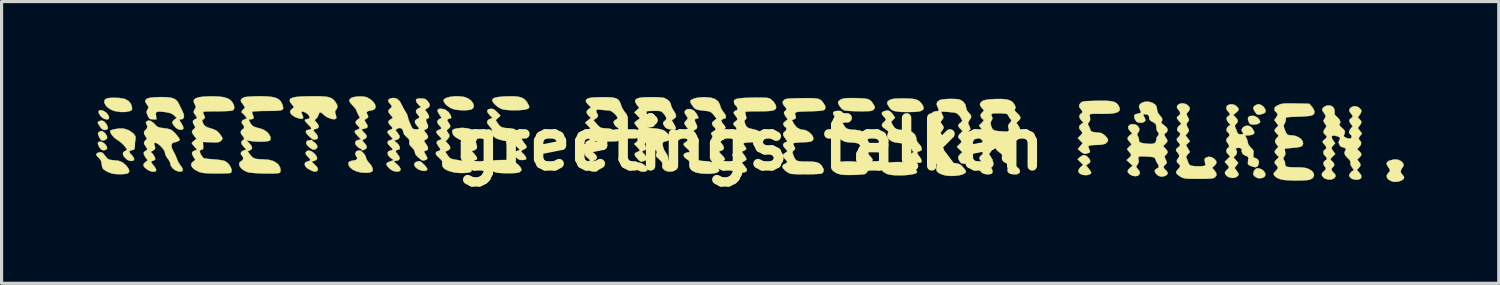
<source format=kicad_pcb>
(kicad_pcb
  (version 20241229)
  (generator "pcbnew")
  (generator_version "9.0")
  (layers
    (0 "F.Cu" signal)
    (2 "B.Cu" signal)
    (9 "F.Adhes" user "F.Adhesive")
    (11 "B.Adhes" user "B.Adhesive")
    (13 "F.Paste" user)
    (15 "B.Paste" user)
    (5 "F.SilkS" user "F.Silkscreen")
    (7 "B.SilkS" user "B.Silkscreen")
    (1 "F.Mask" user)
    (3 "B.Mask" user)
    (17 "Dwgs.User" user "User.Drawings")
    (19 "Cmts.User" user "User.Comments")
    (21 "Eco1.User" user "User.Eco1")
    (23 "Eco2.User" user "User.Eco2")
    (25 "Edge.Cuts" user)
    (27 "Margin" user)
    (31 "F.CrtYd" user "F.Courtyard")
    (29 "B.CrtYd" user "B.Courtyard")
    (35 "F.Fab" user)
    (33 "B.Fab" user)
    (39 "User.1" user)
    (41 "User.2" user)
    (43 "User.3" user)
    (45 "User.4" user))
  (footprint "greetings falken"
    (layer "F.Cu")
    (at 20.763 1.528)
    (property "Reference" "greetings falken" (at 0 0 0) (layer "F.SilkS") (effects (font (size 1.524 1.524) (thickness 0.3))))
    (attr through_hole)
    (fp_poly (pts (xy -20.601 -0.079) (xy -20.526 -0.044) (xy -20.478 -0.003) (xy -20.421 0.076) (xy -20.413 0.139) (xy -20.453 0.179) (xy -20.504 0.191) (xy -20.566 0.187) (xy -20.615 0.152) (xy -20.655 0.1) (xy -20.693 0.029) (xy -20.707 -0.029) (xy -20.705 -0.042) (xy -20.666 -0.079) (xy -20.601 -0.079)) (stroke (width 0.01) (type solid)) (fill yes) (layer "F.SilkS"))
    (fp_poly (pts (xy -20.527 -1.058) (xy -20.438 -1.001) (xy -20.374 -0.923) (xy -20.348 -0.842) (xy -20.348 -0.84) (xy -20.369 -0.798) (xy -20.422 -0.786) (xy -20.492 -0.802) (xy -20.565 -0.842) (xy -20.609 -0.883) (xy -20.67 -0.971) (xy -20.685 -1.037) (xy -20.659 -1.076) (xy -20.593 -1.079) (xy -20.527 -1.058)) (stroke (width 0.01) (type solid)) (fill yes) (layer "F.SilkS"))
    (fp_poly (pts (xy -20.498 -0.715) (xy -20.432 -0.633) (xy -20.39 -0.543) (xy -20.396 -0.483) (xy -20.449 -0.454) (xy -20.485 -0.452) (xy -20.546 -0.464) (xy -20.6 -0.508) (xy -20.641 -0.564) (xy -20.69 -0.639) (xy -20.709 -0.682) (xy -20.701 -0.708) (xy -20.666 -0.73) (xy -20.658 -0.734) (xy -20.575 -0.752) (xy -20.498 -0.715)) (stroke (width 0.01) (type solid)) (fill yes) (layer "F.SilkS"))
    (fp_poly (pts (xy -3.446 0.604) (xy -3.358 0.657) (xy -3.286 0.725) (xy -3.258 0.773) (xy -3.261 0.826) (xy -3.304 0.861) (xy -3.376 0.875) (xy -3.462 0.865) (xy -3.55 0.831) (xy -3.569 0.819) (xy -3.648 0.749) (xy -3.677 0.682) (xy -3.659 0.626) (xy -3.595 0.591) (xy -3.529 0.583) (xy -3.446 0.604)) (stroke (width 0.01) (type solid)) (fill yes) (layer "F.SilkS"))
    (fp_poly (pts (xy 16.05 -0.882) (xy 16.124 -0.832) (xy 16.18 -0.767) (xy 16.199 -0.714) (xy 16.174 -0.67) (xy 16.106 -0.637) (xy 16.008 -0.622) (xy 15.983 -0.621) (xy 15.906 -0.629) (xy 15.861 -0.659) (xy 15.84 -0.697) (xy 15.807 -0.795) (xy 15.818 -0.858) (xy 15.875 -0.893) (xy 15.977 -0.903) (xy 16.05 -0.882)) (stroke (width 0.01) (type solid)) (fill yes) (layer "F.SilkS"))
    (fp_poly (pts (xy -20.547 -0.407) (xy -20.479 -0.349) (xy -20.476 -0.346) (xy -20.418 -0.262) (xy -20.411 -0.194) (xy -20.457 -0.143) (xy -20.459 -0.142) (xy -20.541 -0.114) (xy -20.602 -0.132) (xy -20.653 -0.202) (xy -20.667 -0.233) (xy -20.696 -0.307) (xy -20.702 -0.348) (xy -20.685 -0.375) (xy -20.668 -0.388) (xy -20.605 -0.419) (xy -20.547 -0.407)) (stroke (width 0.01) (type solid)) (fill yes) (layer "F.SilkS"))
    (fp_poly (pts (xy -10.453 0.556) (xy -10.391 0.607) (xy -10.326 0.672) (xy -10.272 0.738) (xy -10.245 0.787) (xy -10.245 0.794) (xy -10.268 0.832) (xy -10.328 0.848) (xy -10.41 0.842) (xy -10.499 0.814) (xy -10.558 0.782) (xy -10.634 0.714) (xy -10.663 0.649) (xy -10.644 0.594) (xy -10.598 0.564) (xy -10.534 0.544) (xy -10.497 0.536) (xy -10.453 0.556)) (stroke (width 0.01) (type solid)) (fill yes) (layer "F.SilkS"))
    (fp_poly (pts (xy 16.204 0.78) (xy 16.285 0.826) (xy 16.342 0.89) (xy 16.365 0.96) (xy 16.345 1.024) (xy 16.343 1.027) (xy 16.278 1.068) (xy 16.184 1.083) (xy 16.129 1.078) (xy 16.061 1.049) (xy 16.002 1.001) (xy 15.974 0.952) (xy 15.974 0.947) (xy 15.992 0.869) (xy 16.037 0.801) (xy 16.093 0.764) (xy 16.109 0.762) (xy 16.204 0.78)) (stroke (width 0.01) (type solid)) (fill yes) (layer "F.SilkS"))
    (fp_poly (pts (xy 16.228 -1.247) (xy 16.304 -1.189) (xy 16.356 -1.115) (xy 16.369 -1.061) (xy 16.358 -1.01) (xy 16.316 -0.979) (xy 16.263 -0.961) (xy 16.171 -0.938) (xy 16.114 -0.939) (xy 16.074 -0.967) (xy 16.033 -1.026) (xy 15.995 -1.094) (xy 15.975 -1.142) (xy 15.974 -1.149) (xy 15.998 -1.197) (xy 16.056 -1.242) (xy 16.126 -1.268) (xy 16.148 -1.27) (xy 16.228 -1.247)) (stroke (width 0.01) (type solid)) (fill yes) (layer "F.SilkS"))
    (fp_poly (pts (xy -20.038 -1.469) (xy -19.867 -1.442) (xy -19.741 -1.38) (xy -19.658 -1.284) (xy -19.624 -1.179) (xy -19.618 -1.111) (xy -19.64 -1.075) (xy -19.7 -1.048) (xy -19.836 -1.022) (xy -20 -1.023) (xy -20.172 -1.052) (xy -20.189 -1.057) (xy -20.303 -1.102) (xy -20.397 -1.168) (xy -20.466 -1.245) (xy -20.501 -1.324) (xy -20.494 -1.394) (xy -20.474 -1.422) (xy -20.424 -1.451) (xy -20.338 -1.468) (xy -20.211 -1.474) (xy -20.038 -1.469)) (stroke (width 0.01) (type solid)) (fill yes) (layer "F.SilkS"))
    (fp_poly (pts (xy -13.897 -0.117) (xy -13.894 -0.089) (xy -13.875 -0.085) (xy -13.831 -0.063) (xy -13.781 -0.011) (xy -13.775 -0.004) (xy -13.739 0.058) (xy -13.74 0.1) (xy -13.752 0.119) (xy -13.81 0.169) (xy -13.874 0.172) (xy -13.953 0.129) (xy -13.993 0.097) (xy -14.065 0.026) (xy -14.092 -0.028) (xy -14.091 -0.056) (xy -14.066 -0.102) (xy -14.044 -0.113) (xy -13.994 -0.12) (xy -13.944 -0.132) (xy -13.897 -0.138) (xy -13.897 -0.117)) (stroke (width 0.01) (type solid)) (fill yes) (layer "F.SilkS"))
    (fp_poly (pts (xy 3.752 0.283) (xy 3.754 0.291) (xy 3.773 0.335) (xy 3.819 0.39) (xy 3.824 0.395) (xy 3.872 0.45) (xy 3.894 0.495) (xy 3.895 0.498) (xy 3.872 0.537) (xy 3.821 0.574) (xy 3.769 0.589) (xy 3.762 0.588) (xy 3.72 0.581) (xy 3.662 0.572) (xy 3.582 0.54) (xy 3.528 0.481) (xy 3.504 0.409) (xy 3.515 0.34) (xy 3.566 0.289) (xy 3.571 0.287) (xy 3.656 0.259) (xy 3.721 0.258) (xy 3.752 0.283)) (stroke (width 0.01) (type solid)) (fill yes) (layer "F.SilkS"))
    (fp_poly (pts (xy -9.116 -1.508) (xy -9.051 -1.494) (xy -8.942 -1.448) (xy -8.855 -1.381) (xy -8.796 -1.304) (xy -8.77 -1.226) (xy -8.782 -1.157) (xy -8.834 -1.11) (xy -8.909 -1.089) (xy -9.022 -1.078) (xy -9.156 -1.078) (xy -9.293 -1.089) (xy -9.398 -1.106) (xy -9.494 -1.142) (xy -9.589 -1.201) (xy -9.668 -1.271) (xy -9.719 -1.343) (xy -9.731 -1.396) (xy -9.698 -1.441) (xy -9.62 -1.479) (xy -9.512 -1.506) (xy -9.383 -1.521) (xy -9.247 -1.522) (xy -9.116 -1.508)) (stroke (width 0.01) (type solid)) (fill yes) (layer "F.SilkS"))
    (fp_poly (pts (xy 10.703 0.39) (xy 10.73 0.415) (xy 10.794 0.495) (xy 10.802 0.563) (xy 10.756 0.617) (xy 10.737 0.629) (xy 10.665 0.666) (xy 10.751 0.774) (xy 10.81 0.852) (xy 10.832 0.901) (xy 10.822 0.932) (xy 10.783 0.959) (xy 10.688 0.983) (xy 10.578 0.977) (xy 10.506 0.954) (xy 10.439 0.9) (xy 10.425 0.833) (xy 10.465 0.759) (xy 10.492 0.732) (xy 10.577 0.656) (xy 10.488 0.566) (xy 10.4 0.477) (xy 10.479 0.408) (xy 10.56 0.352) (xy 10.629 0.346) (xy 10.703 0.39)) (stroke (width 0.01) (type solid)) (fill yes) (layer "F.SilkS"))
    (fp_poly (pts (xy -7.376 -1.511) (xy -7.262 -1.484) (xy -7.176 -1.439) (xy -7.108 -1.371) (xy -7.066 -1.308) (xy -7.023 -1.232) (xy -7.009 -1.187) (xy -7.019 -1.156) (xy -7.039 -1.134) (xy -7.091 -1.11) (xy -7.186 -1.093) (xy -7.311 -1.081) (xy -7.452 -1.077) (xy -7.596 -1.079) (xy -7.73 -1.088) (xy -7.84 -1.105) (xy -7.878 -1.115) (xy -7.97 -1.159) (xy -8.06 -1.224) (xy -8.134 -1.298) (xy -8.178 -1.367) (xy -8.184 -1.397) (xy -8.167 -1.44) (xy -8.11 -1.473) (xy -8.009 -1.496) (xy -7.86 -1.512) (xy -7.725 -1.519) (xy -7.528 -1.521) (xy -7.376 -1.511)) (stroke (width 0.01) (type solid)) (fill yes) (layer "F.SilkS"))
    (fp_poly (pts (xy 4.861 0.57) (xy 4.945 0.577) (xy 5.045 0.589) (xy 5.108 0.607) (xy 5.152 0.641) (xy 5.197 0.701) (xy 5.218 0.733) (xy 5.265 0.809) (xy 5.297 0.867) (xy 5.306 0.887) (xy 5.279 0.918) (xy 5.208 0.944) (xy 5.101 0.965) (xy 4.971 0.98) (xy 4.828 0.988) (xy 4.684 0.989) (xy 4.548 0.982) (xy 4.432 0.967) (xy 4.347 0.943) (xy 4.233 0.879) (xy 4.166 0.807) (xy 4.147 0.734) (xy 4.179 0.666) (xy 4.219 0.633) (xy 4.29 0.605) (xy 4.404 0.584) (xy 4.546 0.571) (xy 4.703 0.566) (xy 4.861 0.57)) (stroke (width 0.01) (type solid)) (fill yes) (layer "F.SilkS"))
    (fp_poly (pts (xy 3.234 0.547) (xy 3.33 0.555) (xy 3.434 0.568) (xy 3.505 0.589) (xy 3.565 0.629) (xy 3.634 0.696) (xy 3.701 0.771) (xy 3.732 0.821) (xy 3.732 0.859) (xy 3.727 0.873) (xy 3.68 0.927) (xy 3.649 0.946) (xy 3.594 0.957) (xy 3.497 0.966) (xy 3.374 0.973) (xy 3.238 0.976) (xy 3.103 0.977) (xy 2.986 0.974) (xy 2.899 0.967) (xy 2.879 0.963) (xy 2.742 0.919) (xy 2.64 0.849) (xy 2.615 0.823) (xy 2.573 0.75) (xy 2.583 0.686) (xy 2.639 0.631) (xy 2.737 0.588) (xy 2.872 0.559) (xy 3.039 0.544) (xy 3.234 0.547)) (stroke (width 0.01) (type solid)) (fill yes) (layer "F.SilkS"))
    (fp_poly (pts (xy 5.05 -1.449) (xy 5.186 -1.437) (xy 5.287 -1.414) (xy 5.362 -1.376) (xy 5.423 -1.32) (xy 5.46 -1.272) (xy 5.509 -1.181) (xy 5.509 -1.115) (xy 5.459 -1.069) (xy 5.395 -1.045) (xy 5.322 -1.033) (xy 5.21 -1.025) (xy 5.075 -1.021) (xy 4.934 -1.021) (xy 4.804 -1.024) (xy 4.702 -1.032) (xy 4.685 -1.035) (xy 4.577 -1.055) (xy 4.508 -1.083) (xy 4.457 -1.126) (xy 4.418 -1.178) (xy 4.365 -1.264) (xy 4.352 -1.321) (xy 4.378 -1.365) (xy 4.438 -1.403) (xy 4.491 -1.426) (xy 4.559 -1.441) (xy 4.655 -1.449) (xy 4.789 -1.453) (xy 4.868 -1.453) (xy 5.05 -1.449)) (stroke (width 0.01) (type solid)) (fill yes) (layer "F.SilkS"))
    (fp_poly (pts (xy 20.572 0.492) (xy 20.677 0.541) (xy 20.743 0.62) (xy 20.754 0.669) (xy 20.727 0.724) (xy 20.705 0.753) (xy 20.659 0.838) (xy 20.669 0.917) (xy 20.726 0.985) (xy 20.768 1.043) (xy 20.753 1.101) (xy 20.708 1.14) (xy 20.587 1.188) (xy 20.455 1.197) (xy 20.395 1.185) (xy 20.289 1.136) (xy 20.228 1.073) (xy 20.213 1.001) (xy 20.251 0.93) (xy 20.264 0.917) (xy 20.306 0.867) (xy 20.32 0.832) (xy 20.304 0.787) (xy 20.265 0.727) (xy 20.264 0.726) (xy 20.215 0.645) (xy 20.219 0.583) (xy 20.274 0.535) (xy 20.305 0.521) (xy 20.445 0.484) (xy 20.572 0.492)) (stroke (width 0.01) (type solid)) (fill yes) (layer "F.SilkS"))
    (fp_poly (pts (xy -7.655 0.502) (xy -7.587 0.51) (xy -7.536 0.525) (xy -7.489 0.551) (xy -7.444 0.581) (xy -7.365 0.646) (xy -7.301 0.714) (xy -7.282 0.741) (xy -7.256 0.798) (xy -7.263 0.836) (xy -7.29 0.867) (xy -7.324 0.891) (xy -7.378 0.907) (xy -7.462 0.916) (xy -7.588 0.922) (xy -7.628 0.922) (xy -7.765 0.922) (xy -7.896 0.917) (xy -7.999 0.908) (xy -8.037 0.903) (xy -8.168 0.863) (xy -8.282 0.807) (xy -8.368 0.742) (xy -8.418 0.673) (xy -8.422 0.61) (xy -8.421 0.609) (xy -8.386 0.569) (xy -8.31 0.539) (xy -8.19 0.519) (xy -8.022 0.506) (xy -7.895 0.503) (xy -7.753 0.501) (xy -7.655 0.502)) (stroke (width 0.01) (type solid)) (fill yes) (layer "F.SilkS"))
    (fp_poly (pts (xy -13.916 0.23) (xy -13.842 0.287) (xy -13.769 0.371) (xy -13.743 0.443) (xy -13.765 0.497) (xy -13.829 0.526) (xy -13.888 0.541) (xy -13.914 0.554) (xy -13.914 0.555) (xy -13.894 0.578) (xy -13.846 0.625) (xy -13.815 0.653) (xy -13.744 0.73) (xy -13.718 0.797) (xy -13.737 0.844) (xy -13.761 0.858) (xy -13.802 0.871) (xy -13.84 0.869) (xy -13.897 0.849) (xy -13.941 0.83) (xy -14.06 0.764) (xy -14.125 0.692) (xy -14.139 0.633) (xy -14.123 0.581) (xy -14.067 0.553) (xy -14.055 0.55) (xy -13.982 0.527) (xy -13.96 0.496) (xy -13.989 0.448) (xy -14.035 0.403) (xy -14.1 0.328) (xy -14.11 0.266) (xy -14.072 0.219) (xy -14 0.199) (xy -13.916 0.23)) (stroke (width 0.01) (type solid)) (fill yes) (layer "F.SilkS"))
    (fp_poly (pts (xy 3.372 -1.463) (xy 3.54 -1.457) (xy 3.662 -1.447) (xy 3.749 -1.429) (xy 3.812 -1.397) (xy 3.863 -1.348) (xy 3.91 -1.279) (xy 3.931 -1.244) (xy 3.963 -1.185) (xy 3.963 -1.148) (xy 3.931 -1.109) (xy 3.924 -1.102) (xy 3.897 -1.079) (xy 3.862 -1.063) (xy 3.81 -1.053) (xy 3.731 -1.048) (xy 3.614 -1.046) (xy 3.464 -1.046) (xy 3.313 -1.049) (xy 3.176 -1.055) (xy 3.066 -1.064) (xy 2.997 -1.074) (xy 2.986 -1.077) (xy 2.919 -1.121) (xy 2.854 -1.195) (xy 2.808 -1.277) (xy 2.794 -1.334) (xy 2.817 -1.372) (xy 2.875 -1.414) (xy 2.895 -1.424) (xy 2.948 -1.444) (xy 3.013 -1.457) (xy 3.102 -1.464) (xy 3.226 -1.465) (xy 3.372 -1.463)) (stroke (width 0.01) (type solid)) (fill yes) (layer "F.SilkS"))
    (fp_poly (pts (xy -20.564 0.269) (xy -20.51 0.322) (xy -20.489 0.353) (xy -20.418 0.445) (xy -20.338 0.493) (xy -20.228 0.508) (xy -20.216 0.508) (xy -20.048 0.526) (xy -19.914 0.582) (xy -19.801 0.681) (xy -19.798 0.685) (xy -19.728 0.784) (xy -19.708 0.861) (xy -19.739 0.914) (xy -19.784 0.934) (xy -19.872 0.948) (xy -19.991 0.953) (xy -20.116 0.95) (xy -20.223 0.939) (xy -20.249 0.933) (xy -20.358 0.896) (xy -20.461 0.844) (xy -20.536 0.788) (xy -20.544 0.779) (xy -20.569 0.723) (xy -20.584 0.641) (xy -20.585 0.624) (xy -20.603 0.532) (xy -20.654 0.456) (xy -20.685 0.425) (xy -20.741 0.367) (xy -20.758 0.329) (xy -20.743 0.296) (xy -20.69 0.265) (xy -20.629 0.254) (xy -20.564 0.269)) (stroke (width 0.01) (type solid)) (fill yes) (layer "F.SilkS"))
    (fp_poly (pts (xy -12.342 0.22) (xy -12.28 0.276) (xy -12.225 0.346) (xy -12.194 0.414) (xy -12.192 0.432) (xy -12.172 0.493) (xy -12.124 0.562) (xy -12.109 0.577) (xy -12.031 0.668) (xy -11.986 0.756) (xy -11.978 0.829) (xy -11.992 0.858) (xy -12.057 0.895) (xy -12.167 0.909) (xy -12.318 0.901) (xy -12.361 0.896) (xy -12.493 0.863) (xy -12.61 0.808) (xy -12.698 0.74) (xy -12.744 0.667) (xy -12.744 0.665) (xy -12.752 0.598) (xy -12.726 0.556) (xy -12.659 0.531) (xy -12.601 0.521) (xy -12.518 0.502) (xy -12.48 0.476) (xy -12.474 0.45) (xy -12.488 0.397) (xy -12.502 0.381) (xy -12.525 0.342) (xy -12.531 0.298) (xy -12.507 0.233) (xy -12.439 0.201) (xy -12.397 0.198) (xy -12.342 0.22)) (stroke (width 0.01) (type solid)) (fill yes) (layer "F.SilkS"))
    (fp_poly (pts (xy -1.883 0.262) (xy -1.797 0.31) (xy -1.78 0.328) (xy -1.74 0.391) (xy -1.722 0.44) (xy -1.722 0.442) (xy -1.695 0.484) (xy -1.623 0.515) (xy -1.515 0.533) (xy -1.442 0.536) (xy -1.287 0.55) (xy -1.168 0.595) (xy -1.072 0.679) (xy -1.044 0.714) (xy -0.995 0.784) (xy -0.978 0.825) (xy -0.987 0.855) (xy -1.009 0.878) (xy -1.072 0.91) (xy -1.179 0.931) (xy -1.316 0.94) (xy -1.471 0.936) (xy -1.552 0.929) (xy -1.718 0.897) (xy -1.833 0.843) (xy -1.898 0.767) (xy -1.913 0.666) (xy -1.908 0.627) (xy -1.906 0.569) (xy -1.937 0.525) (xy -1.981 0.494) (xy -2.073 0.423) (xy -2.11 0.361) (xy -2.092 0.309) (xy -2.076 0.295) (xy -1.983 0.256) (xy -1.883 0.262)) (stroke (width 0.01) (type solid)) (fill yes) (layer "F.SilkS"))
    (fp_poly (pts (xy -8.991 -0.508) (xy -8.855 -0.474) (xy -8.753 -0.418) (xy -8.732 -0.399) (xy -8.662 -0.301) (xy -8.644 -0.214) (xy -8.676 -0.144) (xy -8.706 -0.091) (xy -8.697 -0.027) (xy -8.693 -0.016) (xy -8.667 0.079) (xy -8.678 0.141) (xy -8.73 0.181) (xy -8.749 0.189) (xy -8.835 0.221) (xy -8.749 0.314) (xy -8.682 0.401) (xy -8.664 0.462) (xy -8.696 0.497) (xy -8.776 0.508) (xy -8.871 0.495) (xy -8.956 0.447) (xy -8.988 0.42) (xy -9.06 0.346) (xy -9.082 0.29) (xy -9.053 0.245) (xy -8.985 0.208) (xy -8.921 0.18) (xy -8.903 0.16) (xy -8.925 0.136) (xy -8.943 0.123) (xy -9 0.067) (xy -9.046 -0.002) (xy -9.105 -0.072) (xy -9.195 -0.134) (xy -9.211 -0.143) (xy -9.343 -0.217) (xy -9.423 -0.294) (xy -9.454 -0.377) (xy -9.454 -0.392) (xy -9.45 -0.439) (xy -9.427 -0.467) (xy -9.372 -0.487) (xy -9.3 -0.503) (xy -9.145 -0.519) (xy -8.991 -0.508)) (stroke (width 0.01) (type solid)) (fill yes) (layer "F.SilkS"))
    (fp_poly (pts (xy -19.882 -0.495) (xy -19.73 -0.446) (xy -19.601 -0.359) (xy -19.592 -0.35) (xy -19.533 -0.285) (xy -19.509 -0.234) (xy -19.511 -0.172) (xy -19.514 -0.148) (xy -19.528 -0.042) (xy -19.532 0.064) (xy -19.532 0.064) (xy -19.536 0.136) (xy -19.56 0.17) (xy -19.615 0.188) (xy -19.616 0.188) (xy -19.689 0.209) (xy -19.71 0.24) (xy -19.683 0.289) (xy -19.645 0.329) (xy -19.59 0.394) (xy -19.556 0.455) (xy -19.553 0.466) (xy -19.567 0.511) (xy -19.617 0.532) (xy -19.687 0.528) (xy -19.763 0.499) (xy -19.793 0.479) (xy -19.873 0.399) (xy -19.911 0.324) (xy -19.904 0.262) (xy -19.852 0.221) (xy -19.838 0.217) (xy -19.794 0.192) (xy -19.784 0.172) (xy -19.804 0.126) (xy -19.857 0.06) (xy -19.93 -0.015) (xy -20.01 -0.084) (xy -20.084 -0.135) (xy -20.097 -0.142) (xy -20.171 -0.195) (xy -20.243 -0.27) (xy -20.297 -0.349) (xy -20.32 -0.414) (xy -20.32 -0.416) (xy -20.3 -0.439) (xy -20.238 -0.461) (xy -20.128 -0.483) (xy -20.036 -0.498) (xy -19.882 -0.495)) (stroke (width 0.01) (type solid)) (fill yes) (layer "F.SilkS"))
    (fp_poly (pts (xy 2.872 -1.053) (xy 2.921 -1.028) (xy 2.964 -0.968) (xy 2.973 -0.952) (xy 3.034 -0.845) (xy 2.966 -0.793) (xy 2.898 -0.741) (xy 2.967 -0.618) (xy 3.014 -0.546) (xy 3.068 -0.499) (xy 3.142 -0.472) (xy 3.25 -0.459) (xy 3.347 -0.455) (xy 3.501 -0.431) (xy 3.615 -0.368) (xy 3.688 -0.267) (xy 3.71 -0.197) (xy 3.758 -0.072) (xy 3.815 -0.005) (xy 3.868 0.053) (xy 3.894 0.108) (xy 3.895 0.114) (xy 3.871 0.173) (xy 3.811 0.211) (xy 3.731 0.223) (xy 3.648 0.209) (xy 3.583 0.168) (xy 3.53 0.101) (xy 3.501 0.045) (xy 3.459 -0.007) (xy 3.377 -0.039) (xy 3.25 -0.055) (xy 3.17 -0.056) (xy 3.039 -0.072) (xy 2.929 -0.116) (xy 2.848 -0.179) (xy 2.805 -0.255) (xy 2.809 -0.337) (xy 2.819 -0.36) (xy 2.83 -0.4) (xy 2.81 -0.435) (xy 2.748 -0.48) (xy 2.744 -0.483) (xy 2.659 -0.553) (xy 2.63 -0.62) (xy 2.657 -0.685) (xy 2.694 -0.721) (xy 2.77 -0.781) (xy 2.692 -0.873) (xy 2.641 -0.954) (xy 2.641 -1.012) (xy 2.693 -1.047) (xy 2.793 -1.058) (xy 2.872 -1.053)) (stroke (width 0.01) (type solid)) (fill yes) (layer "F.SilkS"))
    (fp_poly (pts (xy -18.517 -1.491) (xy -18.38 -1.475) (xy -18.281 -1.443) (xy -18.209 -1.393) (xy -18.155 -1.321) (xy -18.136 -1.284) (xy -18.089 -1.188) (xy -18.035 -1.079) (xy -18.015 -1.038) (xy -17.974 -0.93) (xy -17.974 -0.849) (xy -18.012 -0.801) (xy -18.063 -0.79) (xy -18.102 -0.787) (xy -18.114 -0.77) (xy -18.096 -0.73) (xy -18.048 -0.653) (xy -18.045 -0.649) (xy -17.996 -0.554) (xy -17.993 -0.488) (xy -18.033 -0.456) (xy -18.112 -0.462) (xy -18.164 -0.479) (xy -18.224 -0.519) (xy -18.285 -0.583) (xy -18.331 -0.65) (xy -18.344 -0.693) (xy -18.324 -0.734) (xy -18.273 -0.781) (xy -18.273 -0.781) (xy -18.201 -0.834) (xy -18.283 -0.912) (xy -18.347 -0.961) (xy -18.428 -0.993) (xy -18.544 -1.016) (xy -18.559 -1.019) (xy -18.667 -1.031) (xy -18.759 -1.035) (xy -18.814 -1.031) (xy -18.853 -1.014) (xy -18.866 -0.977) (xy -18.86 -0.903) (xy -18.845 -0.79) (xy -18.957 -0.79) (xy -19.029 -0.795) (xy -19.073 -0.818) (xy -19.108 -0.875) (xy -19.122 -0.906) (xy -19.153 -0.982) (xy -19.159 -1.032) (xy -19.141 -1.081) (xy -19.13 -1.1) (xy -19.103 -1.155) (xy -19.106 -1.196) (xy -19.142 -1.25) (xy -19.152 -1.264) (xy -19.197 -1.339) (xy -19.198 -1.398) (xy -19.154 -1.442) (xy -19.062 -1.472) (xy -18.919 -1.489) (xy -18.723 -1.496) (xy -18.7 -1.496) (xy -18.517 -1.491)) (stroke (width 0.01) (type solid)) (fill yes) (layer "F.SilkS"))
    (fp_poly (pts (xy -1.877 -1.114) (xy -1.778 -1.064) (xy -1.7 -0.971) (xy -1.692 -0.957) (xy -1.653 -0.878) (xy -1.64 -0.836) (xy -1.65 -0.82) (xy -1.672 -0.818) (xy -1.738 -0.804) (xy -1.757 -0.761) (xy -1.731 -0.687) (xy -1.72 -0.667) (xy -1.679 -0.572) (xy -1.686 -0.505) (xy -1.741 -0.461) (xy -1.749 -0.457) (xy -1.782 -0.442) (xy -1.788 -0.42) (xy -1.764 -0.375) (xy -1.733 -0.329) (xy -1.684 -0.241) (xy -1.681 -0.181) (xy -1.725 -0.143) (xy -1.779 -0.127) (xy -1.868 -0.107) (xy -1.781 -0.017) (xy -1.714 0.065) (xy -1.698 0.127) (xy -1.733 0.172) (xy -1.782 0.195) (xy -1.856 0.219) (xy -1.897 0.222) (xy -1.929 0.203) (xy -1.948 0.184) (xy -2 0.134) (xy -2.053 0.086) (xy -2.106 0.026) (xy -2.107 -0.019) (xy -2.057 -0.056) (xy -2.046 -0.062) (xy -1.993 -0.105) (xy -1.977 -0.159) (xy -1.999 -0.205) (xy -2.019 -0.216) (xy -2.066 -0.253) (xy -2.092 -0.289) (xy -2.105 -0.334) (xy -2.083 -0.374) (xy -2.042 -0.41) (xy -1.961 -0.475) (xy -2.025 -0.561) (xy -2.073 -0.632) (xy -2.084 -0.68) (xy -2.059 -0.722) (xy -2.032 -0.748) (xy -1.985 -0.803) (xy -1.985 -0.853) (xy -2.031 -0.916) (xy -2.035 -0.92) (xy -2.076 -0.993) (xy -2.066 -1.059) (xy -2.008 -1.106) (xy -1.984 -1.114) (xy -1.877 -1.114)) (stroke (width 0.01) (type solid)) (fill yes) (layer "F.SilkS"))
    (fp_poly (pts (xy -8.175 -1.121) (xy -8.118 -1.096) (xy -8.052 -1.039) (xy -8.033 -1.019) (xy -7.923 -0.907) (xy -7.999 -0.837) (xy -8.075 -0.766) (xy -8.005 -0.655) (xy -7.946 -0.582) (xy -7.875 -0.537) (xy -7.775 -0.514) (xy -7.642 -0.508) (xy -7.504 -0.486) (xy -7.387 -0.426) (xy -7.301 -0.337) (xy -7.257 -0.227) (xy -7.253 -0.183) (xy -7.235 -0.133) (xy -7.191 -0.065) (xy -7.167 -0.036) (xy -7.118 0.029) (xy -7.092 0.08) (xy -7.092 0.094) (xy -7.125 0.131) (xy -7.191 0.173) (xy -7.266 0.206) (xy -7.265 0.229) (xy -7.229 0.274) (xy -7.204 0.298) (xy -7.146 0.363) (xy -7.11 0.423) (xy -7.106 0.437) (xy -7.11 0.474) (xy -7.143 0.494) (xy -7.213 0.502) (xy -7.3 0.5) (xy -7.368 0.47) (xy -7.418 0.428) (xy -7.486 0.348) (xy -7.501 0.286) (xy -7.463 0.24) (xy -7.387 0.211) (xy -7.331 0.194) (xy -7.31 0.184) (xy -7.328 0.161) (xy -7.375 0.111) (xy -7.427 0.058) (xy -7.493 -0.003) (xy -7.555 -0.043) (xy -7.631 -0.072) (xy -7.74 -0.096) (xy -7.773 -0.103) (xy -7.946 -0.143) (xy -8.069 -0.19) (xy -8.146 -0.249) (xy -8.184 -0.323) (xy -8.188 -0.417) (xy -8.187 -0.42) (xy -8.205 -0.494) (xy -8.267 -0.566) (xy -8.336 -0.648) (xy -8.35 -0.718) (xy -8.311 -0.773) (xy -8.265 -0.798) (xy -8.176 -0.834) (xy -8.267 -0.925) (xy -8.332 -1.007) (xy -8.346 -1.068) (xy -8.309 -1.108) (xy -8.241 -1.123) (xy -8.175 -1.121)) (stroke (width 0.01) (type solid)) (fill yes) (layer "F.SilkS"))
    (fp_poly (pts (xy 4.43 -1.054) (xy 4.501 -0.99) (xy 4.526 -0.957) (xy 4.607 -0.843) (xy 4.478 -0.706) (xy 4.532 -0.604) (xy 4.589 -0.524) (xy 4.662 -0.476) (xy 4.768 -0.455) (xy 4.854 -0.452) (xy 5.012 -0.435) (xy 5.14 -0.389) (xy 5.229 -0.316) (xy 5.274 -0.223) (xy 5.278 -0.183) (xy 5.304 -0.083) (xy 5.351 -0.026) (xy 5.421 0.057) (xy 5.452 0.132) (xy 5.443 0.19) (xy 5.393 0.222) (xy 5.359 0.226) (xy 5.315 0.243) (xy 5.312 0.29) (xy 5.349 0.357) (xy 5.376 0.389) (xy 5.424 0.457) (xy 5.447 0.523) (xy 5.447 0.529) (xy 5.439 0.571) (xy 5.406 0.588) (xy 5.341 0.589) (xy 5.251 0.583) (xy 5.175 0.573) (xy 5.17 0.573) (xy 5.113 0.537) (xy 5.068 0.468) (xy 5.052 0.393) (xy 5.071 0.358) (xy 5.118 0.309) (xy 5.12 0.308) (xy 5.187 0.249) (xy 5.103 0.124) (xy 5.058 0.061) (xy 5.014 0.019) (xy 4.958 -0.007) (xy 4.876 -0.024) (xy 4.755 -0.037) (xy 4.719 -0.04) (xy 4.591 -0.06) (xy 4.496 -0.096) (xy 4.441 -0.132) (xy 4.376 -0.192) (xy 4.354 -0.252) (xy 4.371 -0.331) (xy 4.387 -0.37) (xy 4.384 -0.411) (xy 4.335 -0.457) (xy 4.305 -0.475) (xy 4.218 -0.538) (xy 4.185 -0.596) (xy 4.204 -0.654) (xy 4.243 -0.695) (xy 4.3 -0.751) (xy 4.312 -0.796) (xy 4.277 -0.846) (xy 4.247 -0.875) (xy 4.19 -0.945) (xy 4.185 -0.998) (xy 4.233 -1.038) (xy 4.249 -1.045) (xy 4.352 -1.071) (xy 4.43 -1.054)) (stroke (width 0.01) (type solid)) (fill yes) (layer "F.SilkS"))
    (fp_poly (pts (xy 11.369 -1.375) (xy 11.488 -1.361) (xy 11.575 -1.337) (xy 11.638 -1.3) (xy 11.686 -1.249) (xy 11.698 -1.232) (xy 11.739 -1.144) (xy 11.734 -1.074) (xy 11.681 -1.023) (xy 11.578 -0.987) (xy 11.424 -0.968) (xy 11.218 -0.963) (xy 11.05 -0.965) (xy 10.931 -0.965) (xy 10.852 -0.962) (xy 10.807 -0.953) (xy 10.786 -0.937) (xy 10.783 -0.913) (xy 10.79 -0.877) (xy 10.794 -0.858) (xy 10.799 -0.772) (xy 10.771 -0.711) (xy 10.763 -0.702) (xy 10.732 -0.66) (xy 10.732 -0.622) (xy 10.761 -0.566) (xy 10.795 -0.498) (xy 10.809 -0.445) (xy 10.809 -0.444) (xy 10.835 -0.409) (xy 10.908 -0.383) (xy 11.016 -0.369) (xy 11.079 -0.367) (xy 11.165 -0.349) (xy 11.253 -0.289) (xy 11.273 -0.272) (xy 11.344 -0.194) (xy 11.369 -0.132) (xy 11.349 -0.077) (xy 11.314 -0.04) (xy 11.267 -0.01) (xy 11.197 0.009) (xy 11.09 0.02) (xy 11.025 0.023) (xy 10.891 0.028) (xy 10.804 0.036) (xy 10.758 0.05) (xy 10.743 0.074) (xy 10.751 0.112) (xy 10.768 0.154) (xy 10.793 0.22) (xy 10.791 0.254) (xy 10.757 0.275) (xy 10.737 0.283) (xy 10.653 0.307) (xy 10.588 0.298) (xy 10.517 0.25) (xy 10.496 0.232) (xy 10.408 0.153) (xy 10.563 -0.031) (xy 10.485 -0.112) (xy 10.407 -0.193) (xy 10.481 -0.267) (xy 10.536 -0.329) (xy 10.55 -0.371) (xy 10.525 -0.413) (xy 10.499 -0.437) (xy 10.449 -0.509) (xy 10.455 -0.578) (xy 10.514 -0.638) (xy 10.586 -0.686) (xy 10.511 -0.763) (xy 10.462 -0.84) (xy 10.456 -0.91) (xy 10.495 -0.961) (xy 10.514 -0.97) (xy 10.551 -1.007) (xy 10.542 -1.062) (xy 10.499 -1.115) (xy 10.449 -1.186) (xy 10.456 -1.257) (xy 10.502 -1.315) (xy 10.53 -1.336) (xy 10.57 -1.351) (xy 10.631 -1.362) (xy 10.721 -1.369) (xy 10.85 -1.374) (xy 11.005 -1.378) (xy 11.211 -1.38) (xy 11.369 -1.375)) (stroke (width 0.01) (type solid)) (fill yes) (layer "F.SilkS"))
    (fp_poly (pts (xy -12.219 -1.503) (xy -12.163 -1.487) (xy -12.052 -1.425) (xy -11.965 -1.348) (xy -11.908 -1.267) (xy -11.887 -1.19) (xy -11.907 -1.127) (xy -11.925 -1.11) (xy -11.99 -1.079) (xy -12.03 -1.072) (xy -12.1 -1.059) (xy -12.136 -1.044) (xy -12.17 -1.019) (xy -12.17 -0.984) (xy -12.148 -0.938) (xy -12.123 -0.881) (xy -12.13 -0.847) (xy -12.154 -0.827) (xy -12.206 -0.793) (xy -12.23 -0.782) (xy -12.235 -0.756) (xy -12.208 -0.701) (xy -12.198 -0.685) (xy -12.147 -0.6) (xy -12.142 -0.544) (xy -12.183 -0.51) (xy -12.234 -0.496) (xy -12.299 -0.48) (xy -12.332 -0.464) (xy -12.333 -0.462) (xy -12.314 -0.434) (xy -12.268 -0.385) (xy -12.248 -0.367) (xy -12.182 -0.288) (xy -12.169 -0.226) (xy -12.21 -0.18) (xy -12.234 -0.169) (xy -12.287 -0.142) (xy -12.305 -0.119) (xy -12.286 -0.085) (xy -12.24 -0.034) (xy -12.234 -0.028) (xy -12.177 0.047) (xy -12.17 0.112) (xy -12.215 0.16) (xy -12.236 0.17) (xy -12.3 0.192) (xy -12.327 0.193) (xy -12.333 0.172) (xy -12.333 0.169) (xy -12.355 0.143) (xy -12.367 0.141) (xy -12.408 0.123) (xy -12.466 0.078) (xy -12.477 0.068) (xy -12.531 -0.006) (xy -12.534 -0.071) (xy -12.488 -0.117) (xy -12.442 -0.132) (xy -12.385 -0.146) (xy -12.361 -0.156) (xy -12.379 -0.179) (xy -12.425 -0.229) (xy -12.46 -0.266) (xy -12.528 -0.343) (xy -12.553 -0.394) (xy -12.535 -0.43) (xy -12.476 -0.459) (xy -12.474 -0.46) (xy -12.411 -0.488) (xy -12.396 -0.517) (xy -12.426 -0.559) (xy -12.46 -0.593) (xy -12.517 -0.659) (xy -12.523 -0.713) (xy -12.478 -0.767) (xy -12.457 -0.783) (xy -12.384 -0.836) (xy -12.443 -0.947) (xy -12.479 -1.021) (xy -12.5 -1.076) (xy -12.502 -1.087) (xy -12.521 -1.122) (xy -12.57 -1.181) (xy -12.615 -1.228) (xy -12.693 -1.314) (xy -12.723 -1.378) (xy -12.709 -1.429) (xy -12.666 -1.464) (xy -12.581 -1.496) (xy -12.463 -1.514) (xy -12.335 -1.517) (xy -12.219 -1.503)) (stroke (width 0.01) (type solid)) (fill yes) (layer "F.SilkS"))
    (fp_poly (pts (xy -13.713 -1.522) (xy -13.554 -1.516) (xy -13.434 -1.504) (xy -13.345 -1.484) (xy -13.277 -1.453) (xy -13.223 -1.41) (xy -13.172 -1.352) (xy -13.169 -1.348) (xy -13.111 -1.252) (xy -13.1 -1.174) (xy -13.135 -1.104) (xy -13.143 -1.095) (xy -13.172 -1.051) (xy -13.173 -1.001) (xy -13.155 -0.945) (xy -13.136 -0.873) (xy -13.135 -0.823) (xy -13.137 -0.819) (xy -13.183 -0.793) (xy -13.26 -0.797) (xy -13.354 -0.824) (xy -13.45 -0.871) (xy -13.535 -0.933) (xy -13.558 -0.957) (xy -13.621 -1.008) (xy -13.667 -1.004) (xy -13.698 -0.947) (xy -13.702 -0.931) (xy -13.734 -0.856) (xy -13.778 -0.807) (xy -13.813 -0.778) (xy -13.816 -0.752) (xy -13.783 -0.71) (xy -13.761 -0.687) (xy -13.702 -0.604) (xy -13.693 -0.541) (xy -13.736 -0.5) (xy -13.765 -0.491) (xy -13.84 -0.469) (xy -13.864 -0.444) (xy -13.839 -0.402) (xy -13.801 -0.363) (xy -13.738 -0.282) (xy -13.718 -0.215) (xy -13.743 -0.168) (xy -13.761 -0.158) (xy -13.819 -0.144) (xy -13.873 -0.154) (xy -13.938 -0.197) (xy -14 -0.249) (xy -14.073 -0.327) (xy -14.104 -0.391) (xy -14.092 -0.435) (xy -14.035 -0.452) (xy -14.034 -0.452) (xy -13.967 -0.466) (xy -13.944 -0.478) (xy -13.929 -0.5) (xy -13.947 -0.537) (xy -14.003 -0.598) (xy -14.022 -0.616) (xy -14.102 -0.701) (xy -14.135 -0.756) (xy -14.123 -0.785) (xy -14.09 -0.791) (xy -14.023 -0.805) (xy -14 -0.816) (xy -13.981 -0.855) (xy -14.003 -0.909) (xy -14.055 -0.966) (xy -14.13 -1.012) (xy -14.138 -1.015) (xy -14.211 -1.038) (xy -14.242 -1.026) (xy -14.233 -0.974) (xy -14.212 -0.928) (xy -14.185 -0.853) (xy -14.198 -0.813) (xy -14.255 -0.806) (xy -14.316 -0.817) (xy -14.451 -0.865) (xy -14.551 -0.935) (xy -14.591 -0.988) (xy -14.604 -1.035) (xy -14.581 -1.079) (xy -14.549 -1.112) (xy -14.476 -1.179) (xy -14.55 -1.266) (xy -14.601 -1.338) (xy -14.617 -1.396) (xy -14.595 -1.441) (xy -14.532 -1.475) (xy -14.424 -1.499) (xy -14.269 -1.514) (xy -14.063 -1.521) (xy -13.92 -1.522) (xy -13.713 -1.522)) (stroke (width 0.01) (type solid)) (fill yes) (layer "F.SilkS"))
    (fp_poly (pts (xy -9.685 -1.102) (xy -9.579 -1.026) (xy -9.538 -0.972) (xy -9.493 -0.888) (xy -9.487 -0.836) (xy -9.518 -0.818) (xy -9.572 -0.803) (xy -9.592 -0.793) (xy -9.613 -0.768) (xy -9.601 -0.728) (xy -9.571 -0.683) (xy -9.525 -0.608) (xy -9.517 -0.558) (xy -9.548 -0.513) (xy -9.578 -0.488) (xy -9.623 -0.448) (xy -9.626 -0.417) (xy -9.592 -0.37) (xy -9.546 -0.293) (xy -9.551 -0.227) (xy -9.603 -0.159) (xy -9.667 -0.095) (xy -9.589 -0.012) (xy -9.528 0.068) (xy -9.517 0.129) (xy -9.557 0.179) (xy -9.594 0.199) (xy -9.677 0.24) (xy -9.6 0.353) (xy -9.557 0.411) (xy -9.515 0.447) (xy -9.459 0.47) (xy -9.372 0.488) (xy -9.308 0.498) (xy -9.171 0.522) (xy -9.074 0.549) (xy -9.004 0.585) (xy -8.944 0.638) (xy -8.907 0.679) (xy -8.851 0.764) (xy -8.836 0.834) (xy -8.863 0.879) (xy -8.874 0.884) (xy -8.962 0.904) (xy -9.085 0.914) (xy -9.222 0.914) (xy -9.353 0.903) (xy -9.412 0.893) (xy -9.584 0.844) (xy -9.702 0.781) (xy -9.767 0.704) (xy -9.777 0.613) (xy -9.774 0.599) (xy -9.772 0.55) (xy -9.799 0.502) (xy -9.863 0.439) (xy -9.876 0.427) (xy -9.949 0.357) (xy -9.978 0.305) (xy -9.976 0.275) (xy -9.944 0.233) (xy -9.924 0.225) (xy -9.873 0.211) (xy -9.852 0.199) (xy -9.832 0.176) (xy -9.843 0.137) (xy -9.889 0.072) (xy -9.889 0.071) (xy -9.942 -0.016) (xy -9.946 -0.078) (xy -9.9 -0.118) (xy -9.865 -0.129) (xy -9.811 -0.148) (xy -9.799 -0.175) (xy -9.829 -0.219) (xy -9.878 -0.268) (xy -9.931 -0.328) (xy -9.96 -0.378) (xy -9.962 -0.388) (xy -9.939 -0.423) (xy -9.881 -0.455) (xy -9.878 -0.456) (xy -9.814 -0.484) (xy -9.799 -0.514) (xy -9.831 -0.56) (xy -9.864 -0.593) (xy -9.922 -0.669) (xy -9.927 -0.735) (xy -9.88 -0.788) (xy -9.871 -0.793) (xy -9.819 -0.821) (xy -9.797 -0.835) (xy -9.807 -0.86) (xy -9.842 -0.913) (xy -9.864 -0.943) (xy -9.916 -1.03) (xy -9.919 -1.09) (xy -9.873 -1.122) (xy -9.815 -1.128) (xy -9.685 -1.102)) (stroke (width 0.01) (type solid)) (fill yes) (layer "F.SilkS"))
    (fp_poly (pts (xy -1.259 -1.48) (xy -1.112 -1.435) (xy -1.011 -1.36) (xy -0.957 -1.255) (xy -0.95 -1.224) (xy -0.921 -1.141) (xy -0.868 -1.052) (xy -0.848 -1.028) (xy -0.792 -0.95) (xy -0.765 -0.881) (xy -0.769 -0.833) (xy -0.799 -0.818) (xy -0.851 -0.803) (xy -0.885 -0.782) (xy -0.912 -0.757) (xy -0.912 -0.728) (xy -0.882 -0.68) (xy -0.847 -0.635) (xy -0.796 -0.568) (xy -0.778 -0.529) (xy -0.789 -0.503) (xy -0.808 -0.488) (xy -0.865 -0.458) (xy -0.894 -0.452) (xy -0.922 -0.447) (xy -0.926 -0.427) (xy -0.903 -0.381) (xy -0.855 -0.307) (xy -0.811 -0.237) (xy -0.796 -0.197) (xy -0.808 -0.171) (xy -0.832 -0.152) (xy -0.896 -0.12) (xy -0.935 -0.113) (xy -0.959 -0.106) (xy -0.948 -0.077) (xy -0.901 -0.021) (xy -0.839 0.067) (xy -0.829 0.138) (xy -0.871 0.189) (xy -0.917 0.208) (xy -1.002 0.233) (xy -0.893 0.342) (xy -0.835 0.408) (xy -0.801 0.463) (xy -0.797 0.486) (xy -0.831 0.51) (xy -0.907 0.527) (xy -0.949 0.53) (xy -1.041 0.531) (xy -1.1 0.514) (xy -1.147 0.474) (xy -1.209 0.392) (xy -1.225 0.333) (xy -1.193 0.29) (xy -1.161 0.274) (xy -1.104 0.232) (xy -1.102 0.18) (xy -1.154 0.123) (xy -1.158 0.121) (xy -1.205 0.065) (xy -1.222 0.026) (xy -1.222 -0.022) (xy -1.181 -0.055) (xy -1.155 -0.066) (xy -1.092 -0.099) (xy -1.078 -0.137) (xy -1.113 -0.189) (xy -1.157 -0.231) (xy -1.221 -0.297) (xy -1.236 -0.346) (xy -1.202 -0.384) (xy -1.163 -0.404) (xy -1.104 -0.446) (xy -1.095 -0.487) (xy -1.116 -0.529) (xy -1.132 -0.536) (xy -1.161 -0.559) (xy -1.191 -0.609) (xy -1.208 -0.661) (xy -1.193 -0.7) (xy -1.143 -0.746) (xy -1.061 -0.811) (xy -1.152 -0.925) (xy -1.211 -0.993) (xy -1.266 -1.03) (xy -1.34 -1.049) (xy -1.405 -1.058) (xy -1.546 -1.073) (xy -1.643 -1.088) (xy -1.709 -1.108) (xy -1.755 -1.135) (xy -1.794 -1.177) (xy -1.829 -1.224) (xy -1.879 -1.301) (xy -1.897 -1.35) (xy -1.887 -1.386) (xy -1.883 -1.392) (xy -1.826 -1.431) (xy -1.728 -1.463) (xy -1.602 -1.485) (xy -1.464 -1.494) (xy -1.453 -1.494) (xy -1.259 -1.48)) (stroke (width 0.01) (type solid)) (fill yes) (layer "F.SilkS"))
    (fp_poly (pts (xy -19.027 -0.737) (xy -18.941 -0.677) (xy -18.896 -0.63) (xy -18.841 -0.574) (xy -18.787 -0.541) (xy -18.712 -0.522) (xy -18.626 -0.511) (xy -18.521 -0.496) (xy -18.432 -0.476) (xy -18.385 -0.459) (xy -18.323 -0.414) (xy -18.253 -0.347) (xy -18.187 -0.272) (xy -18.134 -0.201) (xy -18.107 -0.147) (xy -18.107 -0.132) (xy -18.142 -0.102) (xy -18.211 -0.074) (xy -18.24 -0.067) (xy -18.317 -0.046) (xy -18.354 -0.015) (xy -18.368 0.038) (xy -18.355 0.127) (xy -18.31 0.221) (xy -18.258 0.317) (xy -18.212 0.426) (xy -18.204 0.452) (xy -18.16 0.554) (xy -18.101 0.65) (xy -18.085 0.671) (xy -18.022 0.761) (xy -18.008 0.826) (xy -18.041 0.863) (xy -18.119 0.869) (xy -18.156 0.864) (xy -18.252 0.826) (xy -18.335 0.761) (xy -18.389 0.683) (xy -18.401 0.631) (xy -18.42 0.563) (xy -18.467 0.485) (xy -18.486 0.461) (xy -18.543 0.378) (xy -18.57 0.3) (xy -18.57 0.288) (xy -18.593 0.213) (xy -18.653 0.125) (xy -18.739 0.037) (xy -18.811 -0.017) (xy -18.876 -0.046) (xy -18.915 -0.037) (xy -18.919 0.005) (xy -18.909 0.028) (xy -18.883 0.11) (xy -18.907 0.171) (xy -18.972 0.212) (xy -19.023 0.238) (xy -19.033 0.252) (xy -19.028 0.253) (xy -18.992 0.276) (xy -18.947 0.332) (xy -18.906 0.399) (xy -18.882 0.458) (xy -18.881 0.472) (xy -18.905 0.504) (xy -18.951 0.525) (xy -19.001 0.541) (xy -19.015 0.564) (xy -18.994 0.605) (xy -18.936 0.676) (xy -18.885 0.746) (xy -18.855 0.808) (xy -18.852 0.824) (xy -18.875 0.863) (xy -18.933 0.876) (xy -19.014 0.864) (xy -19.102 0.828) (xy -19.139 0.806) (xy -19.226 0.735) (xy -19.261 0.674) (xy -19.245 0.617) (xy -19.202 0.574) (xy -19.125 0.512) (xy -19.195 0.418) (xy -19.245 0.328) (xy -19.247 0.259) (xy -19.201 0.216) (xy -19.189 0.211) (xy -19.144 0.184) (xy -19.143 0.14) (xy -19.186 0.071) (xy -19.191 0.064) (xy -19.238 -0.01) (xy -19.239 -0.066) (xy -19.196 -0.122) (xy -19.192 -0.126) (xy -19.155 -0.164) (xy -19.154 -0.194) (xy -19.188 -0.242) (xy -19.192 -0.247) (xy -19.24 -0.334) (xy -19.238 -0.405) (xy -19.191 -0.452) (xy -19.146 -0.503) (xy -19.137 -0.575) (xy -19.165 -0.639) (xy -19.167 -0.642) (xy -19.184 -0.681) (xy -19.162 -0.72) (xy -19.104 -0.752) (xy -19.027 -0.737)) (stroke (width 0.01) (type solid)) (fill yes) (layer "F.SilkS"))
    (fp_poly (pts (xy 13.824 -1.28) (xy 13.896 -1.24) (xy 13.956 -1.173) (xy 13.962 -1.107) (xy 13.914 -1.031) (xy 13.909 -1.025) (xy 13.871 -0.981) (xy 13.863 -0.945) (xy 13.884 -0.893) (xy 13.9 -0.863) (xy 13.933 -0.797) (xy 13.937 -0.757) (xy 13.913 -0.721) (xy 13.905 -0.712) (xy 13.867 -0.658) (xy 13.863 -0.605) (xy 13.894 -0.534) (xy 13.905 -0.514) (xy 13.934 -0.455) (xy 13.932 -0.413) (xy 13.896 -0.36) (xy 13.891 -0.354) (xy 13.83 -0.277) (xy 13.899 -0.186) (xy 13.968 -0.096) (xy 13.906 -0.033) (xy 13.843 0.03) (xy 13.906 0.139) (xy 13.968 0.248) (xy 13.897 0.324) (xy 13.85 0.39) (xy 13.853 0.433) (xy 13.878 0.481) (xy 13.903 0.555) (xy 13.906 0.564) (xy 13.943 0.645) (xy 14 0.681) (xy 14.084 0.695) (xy 14.196 0.701) (xy 14.309 0.701) (xy 14.398 0.692) (xy 14.412 0.689) (xy 14.45 0.672) (xy 14.459 0.639) (xy 14.444 0.572) (xy 14.444 0.571) (xy 14.43 0.498) (xy 14.441 0.456) (xy 14.466 0.432) (xy 14.557 0.398) (xy 14.657 0.412) (xy 14.742 0.464) (xy 14.802 0.536) (xy 14.809 0.599) (xy 14.765 0.666) (xy 14.745 0.685) (xy 14.673 0.751) (xy 14.745 0.829) (xy 14.804 0.916) (xy 14.809 0.991) (xy 14.758 1.054) (xy 14.754 1.057) (xy 14.719 1.074) (xy 14.664 1.086) (xy 14.581 1.094) (xy 14.462 1.099) (xy 14.298 1.1) (xy 14.239 1.1) (xy 14.067 1.099) (xy 13.94 1.097) (xy 13.85 1.091) (xy 13.785 1.081) (xy 13.735 1.066) (xy 13.689 1.044) (xy 13.676 1.037) (xy 13.578 0.971) (xy 13.531 0.915) (xy 13.534 0.861) (xy 13.582 0.804) (xy 13.645 0.731) (xy 13.653 0.671) (xy 13.606 0.623) (xy 13.603 0.621) (xy 13.555 0.569) (xy 13.553 0.503) (xy 13.589 0.452) (xy 13.628 0.389) (xy 13.615 0.318) (xy 13.575 0.268) (xy 13.526 0.207) (xy 13.532 0.153) (xy 13.589 0.101) (xy 13.646 0.053) (xy 13.652 0.007) (xy 13.608 -0.051) (xy 13.603 -0.056) (xy 13.561 -0.112) (xy 13.547 -0.154) (xy 13.569 -0.199) (xy 13.603 -0.226) (xy 13.647 -0.271) (xy 13.658 -0.329) (xy 13.634 -0.376) (xy 13.618 -0.384) (xy 13.567 -0.428) (xy 13.561 -0.492) (xy 13.599 -0.562) (xy 13.617 -0.581) (xy 13.692 -0.65) (xy 13.619 -0.736) (xy 13.567 -0.803) (xy 13.551 -0.844) (xy 13.571 -0.874) (xy 13.603 -0.897) (xy 13.648 -0.945) (xy 13.66 -0.984) (xy 13.64 -1.041) (xy 13.603 -1.087) (xy 13.557 -1.151) (xy 13.558 -1.21) (xy 13.595 -1.257) (xy 13.658 -1.288) (xy 13.738 -1.298) (xy 13.824 -1.28)) (stroke (width 0.01) (type solid)) (fill yes) (layer "F.SilkS"))
    (fp_poly (pts (xy -16.874 -1.514) (xy -16.707 -1.492) (xy -16.581 -1.452) (xy -16.488 -1.393) (xy -16.433 -1.329) (xy -16.382 -1.226) (xy -16.374 -1.141) (xy -16.41 -1.082) (xy -16.423 -1.073) (xy -16.471 -1.063) (xy -16.564 -1.054) (xy -16.693 -1.048) (xy -16.847 -1.045) (xy -16.913 -1.044) (xy -17.064 -1.043) (xy -17.194 -1.041) (xy -17.293 -1.037) (xy -17.352 -1.031) (xy -17.363 -1.028) (xy -17.362 -0.995) (xy -17.34 -0.935) (xy -17.335 -0.924) (xy -17.308 -0.863) (xy -17.311 -0.829) (xy -17.347 -0.799) (xy -17.35 -0.797) (xy -17.388 -0.767) (xy -17.394 -0.735) (xy -17.372 -0.678) (xy -17.365 -0.662) (xy -17.331 -0.606) (xy -17.285 -0.565) (xy -17.214 -0.531) (xy -17.104 -0.496) (xy -17.059 -0.483) (xy -16.952 -0.438) (xy -16.861 -0.36) (xy -16.78 -0.249) (xy -16.75 -0.193) (xy -16.754 -0.156) (xy -16.793 -0.112) (xy -16.828 -0.083) (xy -16.868 -0.065) (xy -16.929 -0.058) (xy -17.022 -0.057) (xy -17.113 -0.061) (xy -17.371 -0.071) (xy -17.362 0.049) (xy -17.362 0.131) (xy -17.378 0.166) (xy -17.391 0.169) (xy -17.452 0.187) (xy -17.47 0.238) (xy -17.442 0.317) (xy -17.436 0.328) (xy -17.391 0.394) (xy -17.353 0.439) (xy -17.347 0.443) (xy -17.307 0.453) (xy -17.224 0.465) (xy -17.112 0.475) (xy -17.032 0.481) (xy -16.901 0.493) (xy -16.783 0.509) (xy -16.695 0.528) (xy -16.665 0.539) (xy -16.587 0.593) (xy -16.523 0.668) (xy -16.478 0.75) (xy -16.457 0.828) (xy -16.468 0.888) (xy -16.498 0.914) (xy -16.541 0.92) (xy -16.629 0.925) (xy -16.751 0.928) (xy -16.896 0.93) (xy -16.957 0.93) (xy -17.139 0.927) (xy -17.274 0.921) (xy -17.375 0.911) (xy -17.451 0.894) (xy -17.49 0.88) (xy -17.619 0.815) (xy -17.705 0.744) (xy -17.745 0.671) (xy -17.735 0.603) (xy -17.681 0.548) (xy -17.61 0.501) (xy -17.667 0.41) (xy -17.712 0.322) (xy -17.716 0.264) (xy -17.678 0.224) (xy -17.638 0.206) (xy -17.553 0.174) (xy -17.638 0.081) (xy -17.69 0.02) (xy -17.72 -0.023) (xy -17.724 -0.032) (xy -17.704 -0.062) (xy -17.655 -0.106) (xy -17.649 -0.111) (xy -17.575 -0.169) (xy -17.649 -0.266) (xy -17.704 -0.346) (xy -17.719 -0.401) (xy -17.696 -0.447) (xy -17.661 -0.479) (xy -17.621 -0.517) (xy -17.618 -0.552) (xy -17.647 -0.602) (xy -17.689 -0.688) (xy -17.683 -0.749) (xy -17.628 -0.789) (xy -17.625 -0.79) (xy -17.574 -0.813) (xy -17.559 -0.839) (xy -17.581 -0.884) (xy -17.617 -0.934) (xy -17.657 -0.993) (xy -17.664 -1.035) (xy -17.641 -1.088) (xy -17.631 -1.106) (xy -17.599 -1.169) (xy -17.599 -1.212) (xy -17.626 -1.261) (xy -17.663 -1.342) (xy -17.657 -1.406) (xy -17.606 -1.454) (xy -17.507 -1.489) (xy -17.358 -1.51) (xy -17.156 -1.52) (xy -17.089 -1.52) (xy -16.874 -1.514)) (stroke (width 0.01) (type solid)) (fill yes) (layer "F.SilkS"))
    (fp_poly (pts (xy 17.197 -1.296) (xy 17.332 -1.293) (xy 17.757 -1.284) (xy 17.839 -1.192) (xy 17.89 -1.119) (xy 17.919 -1.05) (xy 17.921 -1.033) (xy 17.915 -0.982) (xy 17.892 -0.944) (xy 17.844 -0.917) (xy 17.765 -0.898) (xy 17.647 -0.886) (xy 17.481 -0.877) (xy 17.416 -0.875) (xy 17.256 -0.869) (xy 17.144 -0.864) (xy 17.072 -0.857) (xy 17.031 -0.847) (xy 17.014 -0.833) (xy 17.011 -0.812) (xy 17.013 -0.795) (xy 17.005 -0.724) (xy 16.976 -0.66) (xy 16.95 -0.613) (xy 16.945 -0.569) (xy 16.962 -0.506) (xy 16.98 -0.457) (xy 17.019 -0.363) (xy 17.058 -0.31) (xy 17.111 -0.287) (xy 17.187 -0.282) (xy 17.31 -0.265) (xy 17.417 -0.221) (xy 17.5 -0.159) (xy 17.55 -0.086) (xy 17.56 -0.01) (xy 17.537 0.041) (xy 17.504 0.07) (xy 17.444 0.09) (xy 17.346 0.106) (xy 17.251 0.115) (xy 17.139 0.125) (xy 17.048 0.133) (xy 16.994 0.138) (xy 16.986 0.139) (xy 16.979 0.165) (xy 16.987 0.225) (xy 16.99 0.239) (xy 16.998 0.32) (xy 16.976 0.367) (xy 16.973 0.37) (xy 16.94 0.422) (xy 16.937 0.483) (xy 16.962 0.522) (xy 16.982 0.56) (xy 16.99 0.62) (xy 16.994 0.667) (xy 17.014 0.699) (xy 17.058 0.719) (xy 17.135 0.729) (xy 17.254 0.734) (xy 17.352 0.734) (xy 17.504 0.738) (xy 17.616 0.75) (xy 17.704 0.773) (xy 17.745 0.79) (xy 17.845 0.854) (xy 17.899 0.929) (xy 17.906 1.006) (xy 17.865 1.075) (xy 17.776 1.126) (xy 17.708 1.139) (xy 17.597 1.148) (xy 17.458 1.152) (xy 17.305 1.153) (xy 17.152 1.149) (xy 17.013 1.141) (xy 16.903 1.129) (xy 16.895 1.127) (xy 16.793 1.098) (xy 16.703 1.05) (xy 16.642 0.993) (xy 16.623 0.945) (xy 16.642 0.906) (xy 16.688 0.852) (xy 16.693 0.847) (xy 16.75 0.781) (xy 16.758 0.728) (xy 16.718 0.673) (xy 16.708 0.663) (xy 16.661 0.606) (xy 16.661 0.554) (xy 16.71 0.491) (xy 16.722 0.479) (xy 16.793 0.413) (xy 16.722 0.339) (xy 16.668 0.276) (xy 16.657 0.23) (xy 16.685 0.18) (xy 16.713 0.15) (xy 16.774 0.084) (xy 16.711 -0.001) (xy 16.673 -0.064) (xy 16.671 -0.115) (xy 16.707 -0.175) (xy 16.74 -0.214) (xy 16.773 -0.255) (xy 16.771 -0.287) (xy 16.731 -0.33) (xy 16.722 -0.339) (xy 16.667 -0.4) (xy 16.657 -0.449) (xy 16.693 -0.506) (xy 16.713 -0.528) (xy 16.774 -0.593) (xy 16.71 -0.681) (xy 16.645 -0.768) (xy 16.705 -0.849) (xy 16.743 -0.91) (xy 16.746 -0.955) (xy 16.73 -0.987) (xy 16.694 -1.032) (xy 16.673 -1.044) (xy 16.657 -1.068) (xy 16.651 -1.116) (xy 16.662 -1.166) (xy 16.701 -1.205) (xy 16.78 -1.245) (xy 16.836 -1.268) (xy 16.895 -1.283) (xy 16.967 -1.292) (xy 17.064 -1.296) (xy 17.197 -1.296)) (stroke (width 0.01) (type solid)) (fill yes) (layer "F.SilkS"))
    (fp_poly (pts (xy -15.565 -1.523) (xy -15.346 -1.517) (xy -15.176 -1.5) (xy -15.048 -1.468) (xy -14.956 -1.419) (xy -14.891 -1.35) (xy -14.847 -1.258) (xy -14.84 -1.236) (xy -14.824 -1.175) (xy -14.823 -1.129) (xy -14.844 -1.097) (xy -14.893 -1.077) (xy -14.977 -1.065) (xy -15.103 -1.059) (xy -15.277 -1.057) (xy -15.321 -1.056) (xy -15.475 -1.055) (xy -15.61 -1.051) (xy -15.716 -1.045) (xy -15.781 -1.039) (xy -15.797 -1.035) (xy -15.811 -1.002) (xy -15.789 -0.938) (xy -15.786 -0.931) (xy -15.759 -0.852) (xy -15.777 -0.806) (xy -15.841 -0.79) (xy -15.848 -0.79) (xy -15.896 -0.788) (xy -15.912 -0.773) (xy -15.898 -0.734) (xy -15.859 -0.666) (xy -15.828 -0.619) (xy -15.794 -0.585) (xy -15.743 -0.556) (xy -15.665 -0.528) (xy -15.546 -0.495) (xy -15.507 -0.484) (xy -15.409 -0.441) (xy -15.323 -0.376) (xy -15.259 -0.298) (xy -15.224 -0.22) (xy -15.225 -0.152) (xy -15.249 -0.117) (xy -15.302 -0.097) (xy -15.397 -0.084) (xy -15.518 -0.079) (xy -15.652 -0.081) (xy -15.783 -0.091) (xy -15.833 -0.098) (xy -15.988 -0.122) (xy -15.896 -0.027) (xy -15.827 0.058) (xy -15.809 0.123) (xy -15.84 0.172) (xy -15.877 0.193) (xy -15.949 0.226) (xy -15.889 0.31) (xy -15.824 0.39) (xy -15.757 0.441) (xy -15.672 0.468) (xy -15.554 0.479) (xy -15.481 0.48) (xy -15.28 0.495) (xy -15.123 0.54) (xy -15.005 0.617) (xy -14.963 0.663) (xy -14.919 0.743) (xy -14.903 0.824) (xy -14.916 0.888) (xy -14.946 0.914) (xy -15.005 0.924) (xy -15.107 0.93) (xy -15.239 0.932) (xy -15.39 0.931) (xy -15.546 0.926) (xy -15.695 0.919) (xy -15.823 0.908) (xy -15.919 0.896) (xy -15.959 0.886) (xy -16.073 0.831) (xy -16.158 0.762) (xy -16.209 0.689) (xy -16.222 0.62) (xy -16.192 0.563) (xy -16.157 0.541) (xy -16.1 0.492) (xy -16.09 0.428) (xy -16.129 0.367) (xy -16.169 0.308) (xy -16.157 0.251) (xy -16.095 0.205) (xy -16.081 0.2) (xy -15.992 0.169) (xy -16.082 0.075) (xy -16.143 -0.007) (xy -16.154 -0.072) (xy -16.113 -0.117) (xy -16.099 -0.124) (xy -16.062 -0.16) (xy -16.072 -0.216) (xy -16.115 -0.268) (xy -16.158 -0.33) (xy -16.171 -0.383) (xy -16.148 -0.445) (xy -16.115 -0.466) (xy -16.069 -0.504) (xy -16.063 -0.562) (xy -16.099 -0.619) (xy -16.101 -0.621) (xy -16.141 -0.68) (xy -16.129 -0.738) (xy -16.067 -0.783) (xy -16.057 -0.787) (xy -15.971 -0.817) (xy -16.034 -0.902) (xy -16.081 -0.958) (xy -16.116 -0.987) (xy -16.12 -0.988) (xy -16.143 -1.006) (xy -16.136 -1.048) (xy -16.102 -1.095) (xy -16.082 -1.112) (xy -16.052 -1.135) (xy -16.04 -1.158) (xy -16.05 -1.192) (xy -16.087 -1.249) (xy -16.153 -1.339) (xy -16.155 -1.341) (xy -16.17 -1.397) (xy -16.133 -1.45) (xy -16.052 -1.49) (xy -16.039 -1.494) (xy -15.969 -1.505) (xy -15.858 -1.514) (xy -15.721 -1.521) (xy -15.572 -1.523) (xy -15.565 -1.523)) (stroke (width 0.01) (type solid)) (fill yes) (layer "F.SilkS"))
    (fp_poly (pts (xy 15.391 -1.244) (xy 15.453 -1.201) (xy 15.505 -1.141) (xy 15.515 -1.095) (xy 15.482 -1.046) (xy 15.434 -1.003) (xy 15.345 -0.928) (xy 15.42 -0.851) (xy 15.477 -0.78) (xy 15.489 -0.725) (xy 15.457 -0.67) (xy 15.437 -0.648) (xy 15.4 -0.604) (xy 15.396 -0.562) (xy 15.42 -0.5) (xy 15.452 -0.423) (xy 15.475 -0.362) (xy 15.476 -0.36) (xy 15.518 -0.32) (xy 15.578 -0.31) (xy 15.642 -0.321) (xy 15.664 -0.347) (xy 15.636 -0.381) (xy 15.635 -0.381) (xy 15.608 -0.426) (xy 15.618 -0.487) (xy 15.662 -0.543) (xy 15.67 -0.549) (xy 15.767 -0.59) (xy 15.86 -0.577) (xy 15.941 -0.514) (xy 16.005 -0.404) (xy 16.01 -0.388) (xy 16.004 -0.337) (xy 15.95 -0.301) (xy 15.855 -0.283) (xy 15.82 -0.282) (xy 15.718 -0.282) (xy 15.761 -0.199) (xy 15.792 -0.119) (xy 15.804 -0.048) (xy 15.828 0.02) (xy 15.891 0.097) (xy 15.903 0.109) (xy 15.964 0.17) (xy 15.989 0.219) (xy 15.989 0.282) (xy 15.985 0.31) (xy 15.977 0.382) (xy 15.989 0.418) (xy 16.031 0.436) (xy 16.042 0.439) (xy 16.123 0.482) (xy 16.158 0.555) (xy 16.143 0.649) (xy 16.142 0.652) (xy 16.104 0.711) (xy 16.048 0.732) (xy 15.964 0.716) (xy 15.899 0.691) (xy 15.836 0.662) (xy 15.809 0.63) (xy 15.808 0.575) (xy 15.814 0.524) (xy 15.822 0.446) (xy 15.812 0.405) (xy 15.773 0.381) (xy 15.733 0.367) (xy 15.648 0.315) (xy 15.609 0.235) (xy 15.612 0.168) (xy 15.596 0.136) (xy 15.544 0.117) (xy 15.478 0.117) (xy 15.445 0.126) (xy 15.416 0.149) (xy 15.433 0.176) (xy 15.464 0.242) (xy 15.445 0.316) (xy 15.408 0.362) (xy 15.35 0.416) (xy 15.502 0.596) (xy 15.444 0.675) (xy 15.385 0.754) (xy 15.458 0.857) (xy 15.502 0.922) (xy 15.515 0.961) (xy 15.499 0.994) (xy 15.48 1.016) (xy 15.405 1.061) (xy 15.306 1.072) (xy 15.203 1.048) (xy 15.145 1.014) (xy 15.085 0.95) (xy 15.079 0.891) (xy 15.126 0.827) (xy 15.141 0.813) (xy 15.193 0.763) (xy 15.206 0.725) (xy 15.179 0.68) (xy 15.141 0.637) (xy 15.07 0.561) (xy 15.157 0.474) (xy 15.243 0.388) (xy 15.174 0.314) (xy 15.128 0.251) (xy 15.123 0.197) (xy 15.129 0.176) (xy 15.159 0.127) (xy 15.183 0.113) (xy 15.209 0.092) (xy 15.208 0.044) (xy 15.182 -0.012) (xy 15.158 -0.04) (xy 15.121 -0.105) (xy 15.132 -0.174) (xy 15.185 -0.226) (xy 15.219 -0.27) (xy 15.215 -0.328) (xy 15.177 -0.373) (xy 15.167 -0.378) (xy 15.133 -0.416) (xy 15.131 -0.478) (xy 15.158 -0.541) (xy 15.191 -0.572) (xy 15.254 -0.615) (xy 15.191 -0.683) (xy 15.14 -0.76) (xy 15.13 -0.829) (xy 15.161 -0.878) (xy 15.184 -0.889) (xy 15.232 -0.924) (xy 15.231 -0.975) (xy 15.195 -1.019) (xy 15.146 -1.077) (xy 15.127 -1.114) (xy 15.123 -1.182) (xy 15.161 -1.233) (xy 15.227 -1.263) (xy 15.308 -1.268) (xy 15.391 -1.244)) (stroke (width 0.01) (type solid)) (fill yes) (layer "F.SilkS"))
    (fp_poly (pts (xy 1.981 -1.461) (xy 2.093 -1.453) (xy 2.174 -1.438) (xy 2.232 -1.412) (xy 2.278 -1.374) (xy 2.319 -1.323) (xy 2.335 -1.301) (xy 2.382 -1.221) (xy 2.396 -1.165) (xy 2.379 -1.113) (xy 2.371 -1.101) (xy 2.35 -1.084) (xy 2.305 -1.071) (xy 2.229 -1.061) (xy 2.114 -1.053) (xy 1.953 -1.046) (xy 1.885 -1.044) (xy 1.71 -1.039) (xy 1.584 -1.033) (xy 1.501 -1.023) (xy 1.452 -1.008) (xy 1.431 -0.985) (xy 1.431 -0.95) (xy 1.445 -0.901) (xy 1.451 -0.882) (xy 1.456 -0.83) (xy 1.418 -0.799) (xy 1.4 -0.791) (xy 1.329 -0.764) (xy 1.4 -0.637) (xy 1.489 -0.528) (xy 1.608 -0.467) (xy 1.722 -0.452) (xy 1.794 -0.431) (xy 1.878 -0.378) (xy 1.952 -0.309) (xy 1.987 -0.259) (xy 2.013 -0.195) (xy 2.008 -0.15) (xy 1.991 -0.124) (xy 1.96 -0.096) (xy 1.909 -0.079) (xy 1.825 -0.068) (xy 1.717 -0.063) (xy 1.599 -0.057) (xy 1.497 -0.05) (xy 1.428 -0.042) (xy 1.418 -0.041) (xy 1.377 -0.028) (xy 1.369 -0.005) (xy 1.392 0.047) (xy 1.4 0.062) (xy 1.429 0.124) (xy 1.427 0.16) (xy 1.395 0.193) (xy 1.39 0.197) (xy 1.357 0.229) (xy 1.349 0.263) (xy 1.364 0.318) (xy 1.38 0.36) (xy 1.414 0.44) (xy 1.448 0.493) (xy 1.495 0.526) (xy 1.566 0.543) (xy 1.672 0.55) (xy 1.8 0.551) (xy 1.959 0.555) (xy 2.073 0.566) (xy 2.155 0.587) (xy 2.217 0.624) (xy 2.271 0.679) (xy 2.284 0.695) (xy 2.334 0.785) (xy 2.338 0.863) (xy 2.296 0.919) (xy 2.27 0.932) (xy 2.22 0.94) (xy 2.125 0.947) (xy 1.999 0.952) (xy 1.854 0.954) (xy 1.702 0.955) (xy 1.555 0.954) (xy 1.426 0.95) (xy 1.328 0.944) (xy 1.294 0.94) (xy 1.228 0.914) (xy 1.148 0.864) (xy 1.113 0.836) (xy 1.042 0.759) (xy 1.025 0.697) (xy 1.062 0.647) (xy 1.114 0.621) (xy 1.172 0.588) (xy 1.178 0.547) (xy 1.133 0.491) (xy 1.115 0.475) (xy 1.066 0.417) (xy 1.044 0.363) (xy 1.044 0.361) (xy 1.068 0.312) (xy 1.115 0.277) (xy 1.167 0.246) (xy 1.185 0.221) (xy 1.166 0.188) (xy 1.119 0.14) (xy 1.115 0.136) (xy 1.057 0.065) (xy 1.05 0.001) (xy 1.095 -0.047) (xy 1.118 -0.058) (xy 1.191 -0.086) (xy 1.118 -0.182) (xy 1.06 -0.272) (xy 1.049 -0.337) (xy 1.082 -0.384) (xy 1.101 -0.395) (xy 1.138 -0.433) (xy 1.157 -0.483) (xy 1.152 -0.524) (xy 1.13 -0.536) (xy 1.097 -0.558) (xy 1.07 -0.598) (xy 1.053 -0.644) (xy 1.071 -0.683) (xy 1.117 -0.724) (xy 1.198 -0.788) (xy 1.135 -0.873) (xy 1.083 -0.962) (xy 1.079 -1.024) (xy 1.115 -1.054) (xy 1.153 -1.091) (xy 1.144 -1.147) (xy 1.103 -1.197) (xy 1.045 -1.274) (xy 1.041 -1.348) (xy 1.078 -1.402) (xy 1.105 -1.421) (xy 1.144 -1.435) (xy 1.203 -1.445) (xy 1.292 -1.452) (xy 1.418 -1.457) (xy 1.59 -1.46) (xy 1.633 -1.461) (xy 1.831 -1.463) (xy 1.981 -1.461)) (stroke (width 0.01) (type solid)) (fill yes) (layer "F.SilkS"))
    (fp_poly (pts (xy 0.425 -1.478) (xy 0.514 -1.474) (xy 0.576 -1.465) (xy 0.619 -1.452) (xy 0.653 -1.433) (xy 0.668 -1.422) (xy 0.753 -1.342) (xy 0.81 -1.255) (xy 0.831 -1.176) (xy 0.821 -1.134) (xy 0.795 -1.102) (xy 0.749 -1.078) (xy 0.677 -1.061) (xy 0.572 -1.051) (xy 0.425 -1.046) (xy 0.241 -1.044) (xy 0.102 -1.043) (xy -0.016 -1.04) (xy -0.102 -1.035) (xy -0.145 -1.03) (xy -0.147 -1.029) (xy -0.15 -0.994) (xy -0.137 -0.928) (xy -0.132 -0.911) (xy -0.115 -0.84) (xy -0.123 -0.801) (xy -0.146 -0.781) (xy -0.175 -0.75) (xy -0.172 -0.699) (xy -0.162 -0.665) (xy -0.13 -0.586) (xy -0.09 -0.537) (xy -0.027 -0.505) (xy 0.075 -0.48) (xy 0.094 -0.476) (xy 0.21 -0.447) (xy 0.293 -0.405) (xy 0.36 -0.346) (xy 0.432 -0.256) (xy 0.455 -0.185) (xy 0.428 -0.131) (xy 0.349 -0.094) (xy 0.218 -0.071) (xy 0.103 -0.063) (xy -0.041 -0.057) (xy -0.136 -0.049) (xy -0.189 -0.037) (xy -0.207 -0.017) (xy -0.198 0.014) (xy -0.167 0.059) (xy -0.167 0.06) (xy -0.127 0.119) (xy -0.12 0.152) (xy -0.144 0.178) (xy -0.156 0.187) (xy -0.217 0.219) (xy -0.252 0.226) (xy -0.277 0.235) (xy -0.267 0.247) (xy -0.226 0.289) (xy -0.178 0.354) (xy -0.136 0.422) (xy -0.114 0.472) (xy -0.113 0.478) (xy -0.136 0.51) (xy -0.194 0.545) (xy -0.202 0.548) (xy -0.253 0.575) (xy -0.267 0.594) (xy -0.264 0.596) (xy -0.232 0.623) (xy -0.183 0.68) (xy -0.158 0.713) (xy -0.11 0.782) (xy -0.097 0.827) (xy -0.113 0.861) (xy -0.173 0.894) (xy -0.265 0.899) (xy -0.372 0.878) (xy -0.414 0.862) (xy -0.487 0.816) (xy -0.537 0.76) (xy -0.538 0.759) (xy -0.556 0.707) (xy -0.535 0.667) (xy -0.509 0.644) (xy -0.442 0.606) (xy -0.388 0.593) (xy -0.363 0.586) (xy -0.371 0.563) (xy -0.416 0.514) (xy -0.448 0.483) (xy -0.512 0.418) (xy -0.554 0.365) (xy -0.564 0.343) (xy -0.54 0.304) (xy -0.48 0.271) (xy -0.406 0.254) (xy -0.394 0.254) (xy -0.362 0.25) (xy -0.362 0.232) (xy -0.397 0.19) (xy -0.435 0.152) (xy -0.506 0.071) (xy -0.532 0.011) (xy -0.514 -0.036) (xy -0.48 -0.063) (xy -0.435 -0.107) (xy -0.423 -0.141) (xy -0.445 -0.189) (xy -0.48 -0.219) (xy -0.525 -0.269) (xy -0.536 -0.31) (xy -0.513 -0.366) (xy -0.48 -0.395) (xy -0.435 -0.439) (xy -0.423 -0.474) (xy -0.443 -0.529) (xy -0.48 -0.572) (xy -0.528 -0.626) (xy -0.524 -0.672) (xy -0.468 -0.721) (xy -0.466 -0.722) (xy -0.412 -0.765) (xy -0.401 -0.807) (xy -0.43 -0.863) (xy -0.467 -0.909) (xy -0.511 -0.972) (xy -0.517 -1.013) (xy -0.505 -1.033) (xy -0.457 -1.067) (xy -0.434 -1.072) (xy -0.402 -1.093) (xy -0.398 -1.139) (xy -0.421 -1.192) (xy -0.449 -1.22) (xy -0.503 -1.284) (xy -0.511 -1.372) (xy -0.49 -1.408) (xy -0.432 -1.436) (xy -0.333 -1.456) (xy -0.188 -1.469) (xy 0.006 -1.476) (xy 0.125 -1.478) (xy 0.298 -1.479) (xy 0.425 -1.478)) (stroke (width 0.01) (type solid)) (fill yes) (layer "F.SilkS"))
    (fp_poly (pts (xy -4.493 -1.491) (xy -4.354 -1.48) (xy -4.254 -1.456) (xy -4.184 -1.414) (xy -4.136 -1.351) (xy -4.1 -1.263) (xy -4.09 -1.228) (xy -4.049 -1.132) (xy -3.989 -1.038) (xy -3.976 -1.022) (xy -3.925 -0.956) (xy -3.912 -0.908) (xy -3.923 -0.875) (xy -3.972 -0.823) (xy -4.008 -0.804) (xy -4.048 -0.787) (xy -4.058 -0.762) (xy -4.037 -0.718) (xy -3.982 -0.642) (xy -3.979 -0.638) (xy -3.934 -0.57) (xy -3.911 -0.519) (xy -3.911 -0.504) (xy -3.95 -0.486) (xy -4.023 -0.481) (xy -4.106 -0.488) (xy -4.178 -0.508) (xy -4.183 -0.51) (xy -4.253 -0.559) (xy -4.307 -0.625) (xy -4.332 -0.689) (xy -4.329 -0.717) (xy -4.29 -0.761) (xy -4.259 -0.777) (xy -4.215 -0.808) (xy -4.205 -0.834) (xy -4.227 -0.885) (xy -4.281 -0.949) (xy -4.352 -1.012) (xy -4.422 -1.058) (xy -4.47 -1.072) (xy -4.533 -1.075) (xy -4.629 -1.083) (xy -4.709 -1.091) (xy -4.804 -1.099) (xy -4.856 -1.097) (xy -4.878 -1.083) (xy -4.882 -1.051) (xy -4.882 -1.05) (xy -4.87 -0.994) (xy -4.854 -0.974) (xy -4.826 -0.929) (xy -4.837 -0.872) (xy -4.88 -0.822) (xy -4.897 -0.813) (xy -4.948 -0.784) (xy -4.967 -0.765) (xy -4.95 -0.736) (xy -4.904 -0.681) (xy -4.857 -0.628) (xy -4.787 -0.557) (xy -4.73 -0.521) (xy -4.666 -0.509) (xy -4.63 -0.508) (xy -4.446 -0.492) (xy -4.302 -0.441) (xy -4.193 -0.354) (xy -4.179 -0.338) (xy -4.118 -0.251) (xy -4.093 -0.186) (xy -4.108 -0.139) (xy -4.166 -0.108) (xy -4.27 -0.091) (xy -4.423 -0.087) (xy -4.577 -0.091) (xy -4.712 -0.094) (xy -4.824 -0.095) (xy -4.903 -0.093) (xy -4.937 -0.088) (xy -4.938 -0.087) (xy -4.925 -0.053) (xy -4.897 0) (xy -4.86 0.085) (xy -4.87 0.143) (xy -4.926 0.184) (xy -4.942 0.19) (xy -5.031 0.224) (xy -4.942 0.298) (xy -4.874 0.372) (xy -4.86 0.434) (xy -4.9 0.489) (xy -4.956 0.522) (xy -5.02 0.554) (xy -5.037 0.573) (xy -5.014 0.592) (xy -4.994 0.603) (xy -4.925 0.653) (xy -4.868 0.721) (xy -4.836 0.789) (xy -4.835 0.83) (xy -4.875 0.863) (xy -4.951 0.872) (xy -5.044 0.856) (xy -5.079 0.843) (xy -5.177 0.789) (xy -5.234 0.726) (xy -5.246 0.664) (xy -5.212 0.61) (xy -5.165 0.584) (xy -5.106 0.553) (xy -5.08 0.523) (xy -5.08 0.521) (xy -5.101 0.486) (xy -5.152 0.437) (xy -5.165 0.428) (xy -5.22 0.376) (xy -5.249 0.329) (xy -5.249 0.322) (xy -5.225 0.284) (xy -5.167 0.251) (xy -5.165 0.25) (xy -5.102 0.218) (xy -5.086 0.179) (xy -5.119 0.122) (xy -5.164 0.075) (xy -5.22 0.005) (xy -5.224 -0.049) (xy -5.176 -0.095) (xy -5.147 -0.11) (xy -5.075 -0.142) (xy -5.166 -0.246) (xy -5.257 -0.35) (xy -5.163 -0.429) (xy -5.069 -0.507) (xy -5.152 -0.595) (xy -5.235 -0.682) (xy -5.143 -0.76) (xy -5.052 -0.837) (xy -5.122 -0.903) (xy -5.181 -0.98) (xy -5.184 -1.05) (xy -5.131 -1.111) (xy -5.121 -1.118) (xy -5.049 -1.166) (xy -5.141 -1.261) (xy -5.197 -1.325) (xy -5.215 -1.369) (xy -5.203 -1.405) (xy -5.173 -1.437) (xy -5.123 -1.46) (xy -5.046 -1.476) (xy -4.932 -1.486) (xy -4.775 -1.491) (xy -4.68 -1.492) (xy -4.493 -1.491)) (stroke (width 0.01) (type solid)) (fill yes) (layer "F.SilkS"))
    (fp_poly (pts (xy -2.911 -1.49) (xy -2.798 -1.481) (xy -2.724 -1.468) (xy -2.718 -1.466) (xy -2.621 -1.413) (xy -2.548 -1.343) (xy -2.513 -1.27) (xy -2.512 -1.255) (xy -2.496 -1.197) (xy -2.457 -1.117) (xy -2.428 -1.07) (xy -2.368 -0.971) (xy -2.347 -0.9) (xy -2.365 -0.848) (xy -2.414 -0.807) (xy -2.485 -0.76) (xy -2.41 -0.633) (xy -2.372 -0.558) (xy -2.353 -0.503) (xy -2.355 -0.486) (xy -2.393 -0.475) (xy -2.466 -0.47) (xy -2.507 -0.471) (xy -2.603 -0.483) (xy -2.669 -0.517) (xy -2.702 -0.55) (xy -2.755 -0.629) (xy -2.758 -0.69) (xy -2.71 -0.74) (xy -2.709 -0.74) (xy -2.663 -0.787) (xy -2.661 -0.846) (xy -2.706 -0.925) (xy -2.734 -0.961) (xy -2.777 -1.009) (xy -2.816 -1.038) (xy -2.866 -1.053) (xy -2.944 -1.058) (xy -3.043 -1.058) (xy -3.15 -1.056) (xy -3.235 -1.052) (xy -3.281 -1.044) (xy -3.285 -1.042) (xy -3.287 -1.008) (xy -3.27 -0.945) (xy -3.266 -0.934) (xy -3.246 -0.868) (xy -3.255 -0.83) (xy -3.281 -0.806) (xy -3.322 -0.76) (xy -3.323 -0.701) (xy -3.285 -0.617) (xy -3.274 -0.6) (xy -3.224 -0.536) (xy -3.165 -0.51) (xy -3.123 -0.508) (xy -3.038 -0.503) (xy -2.931 -0.489) (xy -2.875 -0.48) (xy -2.767 -0.451) (xy -2.683 -0.402) (xy -2.616 -0.338) (xy -2.544 -0.25) (xy -2.521 -0.186) (xy -2.548 -0.14) (xy -2.626 -0.105) (xy -2.653 -0.098) (xy -2.73 -0.077) (xy -2.766 -0.052) (xy -2.774 -0.007) (xy -2.771 0.044) (xy -2.736 0.17) (xy -2.679 0.259) (xy -2.615 0.368) (xy -2.596 0.454) (xy -2.585 0.522) (xy -2.544 0.584) (xy -2.482 0.643) (xy -2.4 0.727) (xy -2.371 0.792) (xy -2.395 0.838) (xy -2.471 0.865) (xy -2.513 0.869) (xy -2.616 0.866) (xy -2.693 0.835) (xy -2.721 0.816) (xy -2.775 0.761) (xy -2.789 0.703) (xy -2.785 0.666) (xy -2.782 0.609) (xy -2.803 0.561) (xy -2.857 0.503) (xy -2.887 0.476) (xy -2.953 0.414) (xy -2.983 0.372) (xy -2.983 0.334) (xy -2.971 0.302) (xy -2.955 0.254) (xy -2.967 0.216) (xy -3.016 0.171) (xy -3.037 0.155) (xy -3.105 0.092) (xy -3.154 0.027) (xy -3.162 0.011) (xy -3.206 -0.045) (xy -3.257 -0.056) (xy -3.324 -0.045) (xy -3.344 -0.006) (xy -3.321 0.066) (xy -3.316 0.075) (xy -3.291 0.132) (xy -3.301 0.163) (xy -3.354 0.193) (xy -3.354 0.194) (xy -3.434 0.232) (xy -3.354 0.32) (xy -3.291 0.403) (xy -3.279 0.466) (xy -3.317 0.511) (xy -3.374 0.537) (xy -3.436 0.554) (xy -3.48 0.548) (xy -3.526 0.513) (xy -3.571 0.466) (xy -3.641 0.381) (xy -3.664 0.321) (xy -3.64 0.278) (xy -3.584 0.25) (xy -3.526 0.223) (xy -3.5 0.198) (xy -3.5 0.197) (xy -3.518 0.165) (xy -3.564 0.11) (xy -3.59 0.083) (xy -3.68 -0.007) (xy -3.618 -0.057) (xy -3.57 -0.108) (xy -3.562 -0.158) (xy -3.597 -0.222) (xy -3.63 -0.263) (xy -3.704 -0.351) (xy -3.528 -0.487) (xy -3.599 -0.57) (xy -3.644 -0.629) (xy -3.668 -0.669) (xy -3.669 -0.674) (xy -3.648 -0.703) (xy -3.597 -0.748) (xy -3.581 -0.76) (xy -3.494 -0.824) (xy -3.584 -0.917) (xy -3.674 -1.009) (xy -3.596 -1.081) (xy -3.518 -1.153) (xy -3.593 -1.252) (xy -3.644 -1.337) (xy -3.645 -1.4) (xy -3.593 -1.445) (xy -3.532 -1.467) (xy -3.451 -1.481) (xy -3.333 -1.49) (xy -3.194 -1.494) (xy -3.048 -1.494) (xy -2.911 -1.49)) (stroke (width 0.01) (type solid)) (fill yes) (layer "F.SilkS"))
    (fp_poly (pts (xy 6.497 -1.436) (xy 6.606 -1.427) (xy 6.67 -1.413) (xy 6.769 -1.351) (xy 6.836 -1.263) (xy 6.858 -1.171) (xy 6.881 -1.079) (xy 6.943 -1.002) (xy 7.006 -0.931) (xy 7.023 -0.872) (xy 6.996 -0.805) (xy 6.969 -0.766) (xy 6.933 -0.712) (xy 6.926 -0.669) (xy 6.947 -0.612) (xy 6.96 -0.584) (xy 6.989 -0.515) (xy 6.993 -0.474) (xy 6.97 -0.438) (xy 6.962 -0.429) (xy 6.925 -0.381) (xy 6.92 -0.34) (xy 6.949 -0.285) (xy 6.973 -0.252) (xy 7.031 -0.17) (xy 6.958 -0.097) (xy 6.885 -0.024) (xy 6.942 0.056) (xy 6.99 0.143) (xy 6.99 0.207) (xy 6.942 0.254) (xy 6.936 0.257) (xy 6.883 0.286) (xy 6.86 0.301) (xy 6.87 0.325) (xy 6.911 0.375) (xy 6.938 0.405) (xy 7 0.485) (xy 7.008 0.546) (xy 6.964 0.587) (xy 6.909 0.604) (xy 6.799 0.619) (xy 6.727 0.611) (xy 6.677 0.574) (xy 6.652 0.539) (xy 6.613 0.455) (xy 6.613 0.393) (xy 6.657 0.333) (xy 6.672 0.317) (xy 6.74 0.253) (xy 6.653 0.167) (xy 6.567 0.08) (xy 6.642 0.011) (xy 6.698 -0.048) (xy 6.712 -0.09) (xy 6.684 -0.133) (xy 6.66 -0.155) (xy 6.615 -0.207) (xy 6.612 -0.254) (xy 6.651 -0.314) (xy 6.677 -0.341) (xy 6.749 -0.417) (xy 6.677 -0.489) (xy 6.621 -0.553) (xy 6.61 -0.601) (xy 6.645 -0.647) (xy 6.677 -0.674) (xy 6.724 -0.719) (xy 6.741 -0.752) (xy 6.74 -0.754) (xy 6.666 -0.883) (xy 6.584 -0.968) (xy 6.51 -1) (xy 6.405 -1.013) (xy 6.295 -1.024) (xy 6.193 -1.031) (xy 6.114 -1.034) (xy 6.071 -1.031) (xy 6.068 -1.028) (xy 6.08 -0.995) (xy 6.108 -0.935) (xy 6.111 -0.929) (xy 6.138 -0.867) (xy 6.133 -0.822) (xy 6.098 -0.772) (xy 6.06 -0.72) (xy 6.058 -0.684) (xy 6.09 -0.636) (xy 6.096 -0.628) (xy 6.141 -0.562) (xy 6.146 -0.51) (xy 6.11 -0.45) (xy 6.096 -0.432) (xy 6.06 -0.381) (xy 6.057 -0.345) (xy 6.087 -0.295) (xy 6.096 -0.282) (xy 6.14 -0.212) (xy 6.146 -0.163) (xy 6.111 -0.113) (xy 6.083 -0.086) (xy 6.013 -0.02) (xy 6.084 0.064) (xy 6.155 0.149) (xy 6.083 0.225) (xy 6.01 0.301) (xy 6.084 0.433) (xy 6.125 0.506) (xy 6.154 0.554) (xy 6.162 0.565) (xy 6.19 0.568) (xy 6.261 0.575) (xy 6.363 0.586) (xy 6.411 0.591) (xy 6.531 0.605) (xy 6.611 0.62) (xy 6.666 0.643) (xy 6.713 0.68) (xy 6.756 0.725) (xy 6.814 0.792) (xy 6.85 0.847) (xy 6.857 0.867) (xy 6.832 0.914) (xy 6.762 0.954) (xy 6.659 0.984) (xy 6.534 1.003) (xy 6.397 1.009) (xy 6.262 1.001) (xy 6.145 0.978) (xy 6.016 0.93) (xy 5.939 0.873) (xy 5.911 0.799) (xy 5.927 0.704) (xy 5.939 0.673) (xy 5.938 0.635) (xy 5.895 0.593) (xy 5.845 0.563) (xy 5.756 0.503) (xy 5.718 0.45) (xy 5.73 0.392) (xy 5.774 0.336) (xy 5.848 0.258) (xy 5.772 0.158) (xy 5.696 0.059) (xy 5.772 -0.012) (xy 5.848 -0.082) (xy 5.788 -0.158) (xy 5.741 -0.229) (xy 5.737 -0.281) (xy 5.778 -0.332) (xy 5.805 -0.355) (xy 5.882 -0.416) (xy 5.804 -0.508) (xy 5.757 -0.568) (xy 5.744 -0.605) (xy 5.762 -0.638) (xy 5.774 -0.652) (xy 5.833 -0.7) (xy 5.874 -0.721) (xy 5.903 -0.735) (xy 5.9 -0.759) (xy 5.86 -0.805) (xy 5.842 -0.823) (xy 5.789 -0.883) (xy 5.76 -0.932) (xy 5.757 -0.942) (xy 5.782 -1) (xy 5.848 -1.037) (xy 5.902 -1.044) (xy 5.972 -1.054) (xy 5.994 -1.087) (xy 5.972 -1.15) (xy 5.958 -1.174) (xy 5.924 -1.267) (xy 5.944 -1.342) (xy 6.016 -1.397) (xy 6.042 -1.408) (xy 6.121 -1.424) (xy 6.236 -1.434) (xy 6.368 -1.438) (xy 6.497 -1.436)) (stroke (width 0.01) (type solid)) (fill yes) (layer "F.SilkS"))
    (fp_poly (pts (xy 12.761 -1.322) (xy 12.854 -1.267) (xy 12.897 -1.215) (xy 12.919 -1.146) (xy 12.926 -1.08) (xy 12.954 -0.987) (xy 13.01 -0.917) (xy 13.078 -0.833) (xy 13.092 -0.763) (xy 13.063 -0.713) (xy 13.057 -0.684) (xy 13.092 -0.643) (xy 13.147 -0.602) (xy 13.232 -0.526) (xy 13.262 -0.455) (xy 13.237 -0.39) (xy 13.201 -0.359) (xy 13.168 -0.335) (xy 13.154 -0.311) (xy 13.164 -0.275) (xy 13.199 -0.213) (xy 13.24 -0.146) (xy 13.254 -0.104) (xy 13.234 -0.06) (xy 13.194 -0.017) (xy 13.117 0.061) (xy 13.191 0.138) (xy 13.247 0.208) (xy 13.259 0.261) (xy 13.227 0.313) (xy 13.207 0.334) (xy 13.171 0.372) (xy 13.164 0.407) (xy 13.184 0.461) (xy 13.198 0.49) (xy 13.227 0.558) (xy 13.23 0.597) (xy 13.203 0.633) (xy 13.185 0.65) (xy 13.137 0.703) (xy 13.13 0.744) (xy 13.167 0.793) (xy 13.194 0.818) (xy 13.242 0.873) (xy 13.264 0.916) (xy 13.264 0.919) (xy 13.239 0.971) (xy 13.175 1.01) (xy 13.089 1.029) (xy 13.021 1.024) (xy 12.954 0.994) (xy 12.893 0.94) (xy 12.855 0.878) (xy 12.852 0.831) (xy 12.892 0.786) (xy 12.926 0.77) (xy 12.973 0.736) (xy 12.976 0.679) (xy 12.944 0.623) (xy 12.907 0.564) (xy 12.878 0.494) (xy 12.861 0.45) (xy 12.836 0.424) (xy 12.79 0.409) (xy 12.708 0.4) (xy 12.641 0.395) (xy 12.499 0.387) (xy 12.405 0.386) (xy 12.35 0.396) (xy 12.327 0.418) (xy 12.327 0.455) (xy 12.335 0.485) (xy 12.344 0.562) (xy 12.315 0.628) (xy 12.303 0.643) (xy 12.267 0.695) (xy 12.265 0.729) (xy 12.298 0.772) (xy 12.3 0.774) (xy 12.358 0.846) (xy 12.379 0.898) (xy 12.367 0.948) (xy 12.362 0.959) (xy 12.31 1.004) (xy 12.231 1.016) (xy 12.143 1.001) (xy 12.062 0.962) (xy 12.005 0.904) (xy 11.99 0.865) (xy 12.004 0.819) (xy 12.051 0.763) (xy 12.064 0.751) (xy 12.148 0.684) (xy 11.956 0.504) (xy 12.032 0.435) (xy 12.085 0.381) (xy 12.101 0.341) (xy 12.079 0.294) (xy 12.037 0.241) (xy 11.968 0.156) (xy 12.041 0.08) (xy 12.115 0.003) (xy 12.04 -0.086) (xy 11.993 -0.153) (xy 11.99 -0.206) (xy 12.033 -0.26) (xy 12.07 -0.291) (xy 12.135 -0.342) (xy 12.064 -0.418) (xy 12.009 -0.499) (xy 12.008 -0.566) (xy 12.059 -0.615) (xy 12.099 -0.631) (xy 12.191 -0.636) (xy 12.272 -0.607) (xy 12.333 -0.552) (xy 12.363 -0.484) (xy 12.353 -0.413) (xy 12.331 -0.38) (xy 12.297 -0.335) (xy 12.297 -0.293) (xy 12.321 -0.241) (xy 12.347 -0.174) (xy 12.35 -0.125) (xy 12.35 -0.124) (xy 12.352 -0.083) (xy 12.396 -0.052) (xy 12.489 -0.029) (xy 12.592 -0.016) (xy 12.732 -0.008) (xy 12.826 -0.023) (xy 12.879 -0.062) (xy 12.897 -0.128) (xy 12.898 -0.139) (xy 12.912 -0.21) (xy 12.94 -0.254) (xy 12.976 -0.3) (xy 12.982 -0.325) (xy 12.962 -0.371) (xy 12.94 -0.395) (xy 12.911 -0.447) (xy 12.898 -0.529) (xy 12.898 -0.539) (xy 12.892 -0.61) (xy 12.866 -0.655) (xy 12.806 -0.695) (xy 12.785 -0.706) (xy 12.711 -0.75) (xy 12.678 -0.795) (xy 12.672 -0.845) (xy 12.662 -0.906) (xy 12.621 -0.936) (xy 12.585 -0.946) (xy 12.512 -0.956) (xy 12.486 -0.94) (xy 12.502 -0.89) (xy 12.522 -0.853) (xy 12.552 -0.79) (xy 12.55 -0.748) (xy 12.533 -0.723) (xy 12.473 -0.688) (xy 12.389 -0.679) (xy 12.307 -0.695) (xy 12.265 -0.722) (xy 12.223 -0.784) (xy 12.198 -0.858) (xy 12.199 -0.919) (xy 12.203 -0.927) (xy 12.24 -0.949) (xy 12.308 -0.97) (xy 12.319 -0.972) (xy 12.388 -0.989) (xy 12.413 -1.015) (xy 12.398 -1.065) (xy 12.376 -1.109) (xy 12.349 -1.192) (xy 12.371 -1.257) (xy 12.433 -1.311) (xy 12.532 -1.347) (xy 12.648 -1.35) (xy 12.761 -1.322)) (stroke (width 0.01) (type solid)) (fill yes) (layer "F.SilkS"))
    (fp_poly (pts (xy 8.136 -1.423) (xy 8.25 -1.392) (xy 8.332 -1.342) (xy 8.39 -1.27) (xy 8.397 -1.257) (xy 8.429 -1.187) (xy 8.428 -1.141) (xy 8.415 -1.12) (xy 8.4 -1.086) (xy 8.42 -1.046) (xy 8.468 -0.998) (xy 8.546 -0.919) (xy 8.583 -0.861) (xy 8.58 -0.812) (xy 8.541 -0.76) (xy 8.532 -0.75) (xy 8.457 -0.676) (xy 8.52 -0.591) (xy 8.567 -0.505) (xy 8.566 -0.442) (xy 8.52 -0.406) (xy 8.495 -0.401) (xy 8.409 -0.389) (xy 8.359 -0.379) (xy 8.293 -0.365) (xy 8.369 -0.235) (xy 8.413 -0.149) (xy 8.418 -0.096) (xy 8.378 -0.063) (xy 8.291 -0.038) (xy 8.223 -0.013) (xy 8.183 0.015) (xy 8.167 0.074) (xy 8.182 0.16) (xy 8.222 0.255) (xy 8.281 0.345) (xy 8.298 0.364) (xy 8.353 0.43) (xy 8.372 0.487) (xy 8.367 0.547) (xy 8.36 0.611) (xy 8.38 0.653) (xy 8.438 0.696) (xy 8.449 0.703) (xy 8.534 0.774) (xy 8.571 0.844) (xy 8.56 0.904) (xy 8.502 0.946) (xy 8.409 0.96) (xy 8.282 0.946) (xy 8.202 0.905) (xy 8.171 0.84) (xy 8.19 0.751) (xy 8.198 0.735) (xy 8.224 0.677) (xy 8.217 0.646) (xy 8.168 0.619) (xy 8.15 0.612) (xy 8.049 0.555) (xy 8.001 0.488) (xy 7.999 0.404) (xy 8 0.402) (xy 8.004 0.347) (xy 7.982 0.306) (xy 7.922 0.26) (xy 7.91 0.252) (xy 7.839 0.193) (xy 7.798 0.134) (xy 7.794 0.12) (xy 7.771 0.062) (xy 7.729 0.025) (xy 7.685 0.016) (xy 7.659 0.041) (xy 7.66 0.099) (xy 7.673 0.123) (xy 7.687 0.163) (xy 7.66 0.217) (xy 7.646 0.236) (xy 7.587 0.311) (xy 7.646 0.406) (xy 7.705 0.5) (xy 7.644 0.577) (xy 7.584 0.653) (xy 7.644 0.735) (xy 7.693 0.822) (xy 7.701 0.893) (xy 7.669 0.938) (xy 7.66 0.942) (xy 7.553 0.96) (xy 7.439 0.942) (xy 7.356 0.901) (xy 7.3 0.836) (xy 7.282 0.768) (xy 7.302 0.713) (xy 7.338 0.691) (xy 7.384 0.654) (xy 7.394 0.619) (xy 7.372 0.562) (xy 7.338 0.53) (xy 7.293 0.483) (xy 7.281 0.445) (xy 7.303 0.392) (xy 7.338 0.36) (xy 7.382 0.315) (xy 7.394 0.28) (xy 7.375 0.228) (xy 7.338 0.183) (xy 7.295 0.134) (xy 7.281 0.099) (xy 7.301 0.056) (xy 7.338 0.014) (xy 7.387 -0.051) (xy 7.385 -0.105) (xy 7.356 -0.133) (xy 7.305 -0.189) (xy 7.3 -0.262) (xy 7.337 -0.324) (xy 7.381 -0.371) (xy 7.389 -0.414) (xy 7.36 -0.471) (xy 7.332 -0.51) (xy 7.27 -0.594) (xy 7.346 -0.665) (xy 7.369 -0.69) (xy 7.638 -0.69) (xy 7.642 -0.625) (xy 7.653 -0.588) (xy 7.676 -0.524) (xy 7.701 -0.479) (xy 7.737 -0.448) (xy 7.795 -0.428) (xy 7.883 -0.415) (xy 8.01 -0.407) (xy 8.138 -0.4) (xy 8.207 -0.4) (xy 8.232 -0.414) (xy 8.226 -0.445) (xy 8.195 -0.543) (xy 8.202 -0.612) (xy 8.239 -0.661) (xy 8.286 -0.72) (xy 8.296 -0.771) (xy 8.273 -0.795) (xy 8.246 -0.825) (xy 8.212 -0.884) (xy 8.21 -0.889) (xy 8.188 -0.93) (xy 8.161 -0.956) (xy 8.116 -0.97) (xy 8.041 -0.978) (xy 7.933 -0.982) (xy 7.795 -0.983) (xy 7.708 -0.974) (xy 7.666 -0.953) (xy 7.662 -0.916) (xy 7.679 -0.881) (xy 7.699 -0.83) (xy 7.683 -0.777) (xy 7.668 -0.753) (xy 7.638 -0.69) (xy 7.369 -0.69) (xy 7.404 -0.729) (xy 7.421 -0.773) (xy 7.396 -0.79) (xy 7.394 -0.79) (xy 7.362 -0.813) (xy 7.333 -0.861) (xy 7.316 -0.917) (xy 7.334 -0.965) (xy 7.365 -1.001) (xy 7.43 -1.07) (xy 7.356 -1.158) (xy 7.309 -1.223) (xy 7.3 -1.271) (xy 7.31 -1.3) (xy 7.348 -1.349) (xy 7.406 -1.385) (xy 7.494 -1.409) (xy 7.62 -1.425) (xy 7.783 -1.434) (xy 7.983 -1.436) (xy 8.136 -1.423)) (stroke (width 0.01) (type solid)) (fill yes) (layer "F.SilkS"))
    (fp_poly (pts (xy -11.205 -1.441) (xy -11.119 -1.361) (xy -11.051 -1.236) (xy -11.005 -1.143) (xy -10.948 -1.045) (xy -10.936 -1.028) (xy -10.893 -0.952) (xy -10.868 -0.888) (xy -10.866 -0.872) (xy -10.853 -0.815) (xy -10.821 -0.724) (xy -10.774 -0.613) (xy -10.724 -0.508) (xy -10.685 -0.483) (xy -10.618 -0.47) (xy -10.55 -0.472) (xy -10.509 -0.488) (xy -10.518 -0.515) (xy -10.556 -0.567) (xy -10.58 -0.594) (xy -10.636 -0.676) (xy -10.638 -0.743) (xy -10.588 -0.791) (xy -10.555 -0.804) (xy -10.506 -0.838) (xy -10.509 -0.89) (xy -10.555 -0.945) (xy -10.605 -1.015) (xy -10.601 -1.08) (xy -10.543 -1.132) (xy -10.527 -1.139) (xy -10.442 -1.175) (xy -10.528 -1.257) (xy -10.586 -1.329) (xy -10.606 -1.391) (xy -10.606 -1.396) (xy -10.593 -1.43) (xy -10.557 -1.447) (xy -10.484 -1.452) (xy -10.453 -1.452) (xy -10.359 -1.447) (xy -10.298 -1.425) (xy -10.245 -1.378) (xy -10.235 -1.368) (xy -10.176 -1.283) (xy -10.168 -1.217) (xy -10.211 -1.164) (xy -10.249 -1.141) (xy -10.3 -1.107) (xy -10.315 -1.08) (xy -10.312 -1.077) (xy -10.269 -1.03) (xy -10.225 -0.96) (xy -10.194 -0.891) (xy -10.188 -0.862) (xy -10.21 -0.824) (xy -10.229 -0.818) (xy -10.279 -0.8) (xy -10.286 -0.747) (xy -10.26 -0.68) (xy -10.223 -0.587) (xy -10.227 -0.524) (xy -10.273 -0.482) (xy -10.286 -0.475) (xy -10.355 -0.444) (xy -10.286 -0.353) (xy -10.233 -0.275) (xy -10.222 -0.222) (xy -10.251 -0.179) (xy -10.286 -0.153) (xy -10.356 -0.107) (xy -10.286 -0.005) (xy -10.234 0.082) (xy -10.221 0.14) (xy -10.247 0.18) (xy -10.287 0.203) (xy -10.357 0.234) (xy -10.301 0.325) (xy -10.264 0.393) (xy -10.245 0.443) (xy -10.245 0.449) (xy -10.269 0.484) (xy -10.324 0.511) (xy -10.386 0.52) (xy -10.422 0.508) (xy -10.465 0.474) (xy -10.53 0.422) (xy -10.548 0.407) (xy -10.621 0.326) (xy -10.64 0.261) (xy -10.666 0.181) (xy -10.736 0.1) (xy -10.797 0.035) (xy -10.82 -0.019) (xy -10.817 -0.067) (xy -10.815 -0.124) (xy -10.843 -0.173) (xy -10.904 -0.23) (xy -10.971 -0.298) (xy -11.005 -0.362) (xy -11.007 -0.376) (xy -11.028 -0.462) (xy -11.08 -0.51) (xy -11.152 -0.514) (xy -11.202 -0.49) (xy -11.262 -0.447) (xy -11.191 -0.363) (xy -11.133 -0.275) (xy -11.125 -0.21) (xy -11.169 -0.162) (xy -11.211 -0.143) (xy -11.303 -0.111) (xy -11.211 -0.039) (xy -11.156 0.019) (xy -11.124 0.083) (xy -11.117 0.137) (xy -11.141 0.168) (xy -11.155 0.17) (xy -11.209 0.184) (xy -11.23 0.195) (xy -11.249 0.22) (xy -11.235 0.258) (xy -11.195 0.31) (xy -11.134 0.399) (xy -11.122 0.464) (xy -11.161 0.506) (xy -11.219 0.524) (xy -11.319 0.543) (xy -11.205 0.641) (xy -11.127 0.722) (xy -11.094 0.79) (xy -11.108 0.84) (xy -11.136 0.858) (xy -11.179 0.87) (xy -11.229 0.869) (xy -11.309 0.855) (xy -11.374 0.826) (xy -11.446 0.772) (xy -11.507 0.709) (xy -11.541 0.651) (xy -11.543 0.637) (xy -11.53 0.602) (xy -11.483 0.569) (xy -11.393 0.534) (xy -11.359 0.523) (xy -11.32 0.507) (xy -11.329 0.49) (xy -11.359 0.473) (xy -11.444 0.409) (xy -11.495 0.34) (xy -11.507 0.276) (xy -11.479 0.227) (xy -11.437 0.208) (xy -11.365 0.188) (xy -11.341 0.164) (xy -11.366 0.127) (xy -11.416 0.08) (xy -11.49 0.001) (xy -11.512 -0.063) (xy -11.482 -0.107) (xy -11.43 -0.127) (xy -11.371 -0.146) (xy -11.345 -0.166) (xy -11.345 -0.166) (xy -11.364 -0.197) (xy -11.411 -0.249) (xy -11.43 -0.268) (xy -11.483 -0.328) (xy -11.513 -0.378) (xy -11.515 -0.388) (xy -11.491 -0.423) (xy -11.433 -0.455) (xy -11.43 -0.456) (xy -11.366 -0.484) (xy -11.351 -0.514) (xy -11.383 -0.56) (xy -11.416 -0.593) (xy -11.464 -0.651) (xy -11.486 -0.703) (xy -11.486 -0.706) (xy -11.463 -0.751) (xy -11.416 -0.785) (xy -11.364 -0.816) (xy -11.345 -0.841) (xy -11.364 -0.875) (xy -11.41 -0.926) (xy -11.416 -0.931) (xy -11.473 -1.007) (xy -11.48 -1.074) (xy -11.436 -1.126) (xy -11.43 -1.129) (xy -11.385 -1.167) (xy -11.374 -1.196) (xy -11.393 -1.241) (xy -11.43 -1.284) (xy -11.483 -1.352) (xy -11.483 -1.409) (xy -11.433 -1.448) (xy -11.337 -1.467) (xy -11.306 -1.468) (xy -11.205 -1.441)) (stroke (width 0.01) (type solid)) (fill yes) (layer "F.SilkS"))
    (fp_poly (pts (xy 18.435 -1.226) (xy 18.513 -1.18) (xy 18.558 -1.103) (xy 18.561 -1.025) (xy 18.558 -0.961) (xy 18.583 -0.913) (xy 18.643 -0.861) (xy 18.708 -0.793) (xy 18.74 -0.721) (xy 18.734 -0.66) (xy 18.71 -0.634) (xy 18.711 -0.607) (xy 18.752 -0.556) (xy 18.793 -0.518) (xy 18.859 -0.458) (xy 18.887 -0.414) (xy 18.887 -0.373) (xy 18.88 -0.35) (xy 18.859 -0.289) (xy 18.852 -0.256) (xy 18.877 -0.227) (xy 18.934 -0.199) (xy 19.001 -0.18) (xy 19.057 -0.177) (xy 19.064 -0.179) (xy 19.101 -0.217) (xy 19.099 -0.269) (xy 19.068 -0.302) (xy 19.021 -0.355) (xy 19.027 -0.425) (xy 19.068 -0.489) (xy 19.135 -0.569) (xy 19.078 -0.641) (xy 19.03 -0.72) (xy 19.031 -0.776) (xy 19.078 -0.818) (xy 19.123 -0.857) (xy 19.135 -0.886) (xy 19.115 -0.931) (xy 19.078 -0.974) (xy 19.029 -1.045) (xy 19.034 -1.115) (xy 19.085 -1.17) (xy 19.182 -1.21) (xy 19.279 -1.194) (xy 19.343 -1.155) (xy 19.401 -1.095) (xy 19.411 -1.035) (xy 19.376 -0.959) (xy 19.357 -0.933) (xy 19.297 -0.852) (xy 19.357 -0.787) (xy 19.403 -0.732) (xy 19.412 -0.687) (xy 19.384 -0.631) (xy 19.357 -0.595) (xy 19.298 -0.514) (xy 19.363 -0.426) (xy 19.428 -0.339) (xy 19.367 -0.257) (xy 19.329 -0.198) (xy 19.327 -0.164) (xy 19.346 -0.141) (xy 19.4 -0.069) (xy 19.398 0.009) (xy 19.349 0.082) (xy 19.275 0.159) (xy 19.346 0.225) (xy 19.402 0.29) (xy 19.41 0.343) (xy 19.369 0.401) (xy 19.347 0.422) (xy 19.278 0.488) (xy 19.333 0.558) (xy 19.378 0.627) (xy 19.381 0.68) (xy 19.34 0.74) (xy 19.327 0.753) (xy 19.266 0.819) (xy 19.341 0.898) (xy 19.403 0.984) (xy 19.411 1.055) (xy 19.369 1.104) (xy 19.279 1.128) (xy 19.248 1.129) (xy 19.148 1.113) (xy 19.069 1.071) (xy 19.026 1.013) (xy 19.022 0.988) (xy 19.043 0.935) (xy 19.093 0.879) (xy 19.097 0.876) (xy 19.172 0.817) (xy 19.11 0.732) (xy 19.066 0.649) (xy 19.065 0.591) (xy 19.063 0.544) (xy 19.024 0.487) (xy 18.97 0.435) (xy 18.896 0.352) (xy 18.872 0.279) (xy 18.897 0.204) (xy 18.916 0.177) (xy 18.92 0.145) (xy 18.873 0.116) (xy 18.868 0.113) (xy 18.806 0.092) (xy 18.771 0.085) (xy 18.743 0.063) (xy 18.71 0.012) (xy 18.687 -0.053) (xy 18.701 -0.107) (xy 18.706 -0.114) (xy 18.735 -0.177) (xy 18.722 -0.217) (xy 18.659 -0.248) (xy 18.651 -0.251) (xy 18.546 -0.276) (xy 18.483 -0.266) (xy 18.464 -0.224) (xy 18.492 -0.152) (xy 18.517 -0.115) (xy 18.58 -0.029) (xy 18.519 0.037) (xy 18.473 0.09) (xy 18.463 0.131) (xy 18.486 0.181) (xy 18.52 0.228) (xy 18.582 0.312) (xy 18.506 0.383) (xy 18.446 0.447) (xy 18.433 0.491) (xy 18.462 0.525) (xy 18.467 0.528) (xy 18.51 0.57) (xy 18.537 0.61) (xy 18.552 0.664) (xy 18.525 0.709) (xy 18.513 0.72) (xy 18.466 0.777) (xy 18.467 0.83) (xy 18.517 0.893) (xy 18.528 0.903) (xy 18.585 0.969) (xy 18.592 1.022) (xy 18.553 1.077) (xy 18.547 1.082) (xy 18.467 1.121) (xy 18.365 1.125) (xy 18.265 1.097) (xy 18.221 1.07) (xy 18.16 1.001) (xy 18.155 0.934) (xy 18.205 0.872) (xy 18.217 0.863) (xy 18.277 0.806) (xy 18.28 0.748) (xy 18.246 0.706) (xy 18.209 0.648) (xy 18.207 0.583) (xy 18.24 0.532) (xy 18.26 0.522) (xy 18.306 0.488) (xy 18.316 0.456) (xy 18.294 0.405) (xy 18.26 0.373) (xy 18.219 0.325) (xy 18.204 0.26) (xy 18.217 0.203) (xy 18.243 0.18) (xy 18.292 0.14) (xy 18.291 0.081) (xy 18.245 0.016) (xy 18.19 -0.047) (xy 18.182 -0.092) (xy 18.219 -0.134) (xy 18.246 -0.153) (xy 18.305 -0.207) (xy 18.308 -0.258) (xy 18.26 -0.304) (xy 18.211 -0.357) (xy 18.214 -0.426) (xy 18.259 -0.499) (xy 18.294 -0.548) (xy 18.297 -0.584) (xy 18.268 -0.632) (xy 18.253 -0.653) (xy 18.214 -0.715) (xy 18.211 -0.758) (xy 18.226 -0.784) (xy 18.268 -0.855) (xy 18.272 -0.91) (xy 18.237 -0.974) (xy 18.221 -0.995) (xy 18.177 -1.058) (xy 18.165 -1.099) (xy 18.183 -1.139) (xy 18.191 -1.151) (xy 18.247 -1.197) (xy 18.327 -1.229) (xy 18.333 -1.23) (xy 18.435 -1.226)) (stroke (width 0.01) (type solid)) (fill yes) (layer "F.SilkS")))
  (gr_rect
    (start -3 -3)
    (end 44.536 5.946)
    (stroke (width 0.1) (type default))
    (fill no)
    (layer "Edge.Cuts")))
</source>
